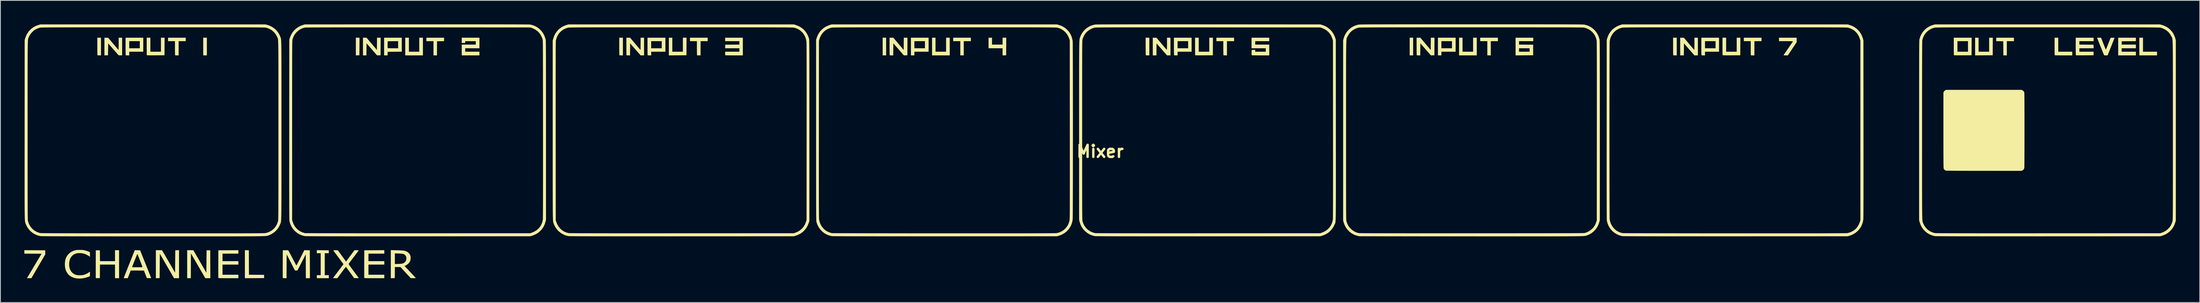
<source format=kicad_pcb>
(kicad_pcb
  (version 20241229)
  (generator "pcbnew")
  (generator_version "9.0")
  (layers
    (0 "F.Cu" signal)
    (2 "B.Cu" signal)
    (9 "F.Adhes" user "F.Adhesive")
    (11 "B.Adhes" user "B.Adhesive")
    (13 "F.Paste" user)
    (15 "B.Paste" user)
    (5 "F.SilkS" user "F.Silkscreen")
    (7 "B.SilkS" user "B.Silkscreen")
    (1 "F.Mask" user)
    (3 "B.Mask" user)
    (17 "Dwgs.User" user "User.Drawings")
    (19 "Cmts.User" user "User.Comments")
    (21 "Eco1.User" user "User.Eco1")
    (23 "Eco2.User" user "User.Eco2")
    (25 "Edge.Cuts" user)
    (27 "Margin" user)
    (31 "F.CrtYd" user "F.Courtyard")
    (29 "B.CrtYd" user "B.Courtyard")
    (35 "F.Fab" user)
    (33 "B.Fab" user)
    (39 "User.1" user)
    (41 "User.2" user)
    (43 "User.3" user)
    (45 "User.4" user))
  (footprint "Mixer"
    (layer "F.Cu")
    (at 134.712 15.944)
    (property "Reference" "Mixer" (at 0 0 0) (layer "F.SilkS") (effects (font (size 1.5 1.5) (thickness 0.3))))
    (attr board_only exclude_from_pos_files exclude_from_bom)
    (fp_poly (pts (xy -111.857 -13.158) (xy -111.857 -12.051) (xy -112.086 -12.051) (xy -112.315 -12.051) (xy -112.315 -13.158) (xy -112.315 -14.265) (xy -112.086 -14.265) (xy -111.857 -14.265)) (stroke (width 0) (type solid)) (fill yes) (layer "F.SilkS"))
    (fp_poly (pts (xy -92.749 -13.164) (xy -92.756 -12.064) (xy -92.979 -12.056) (xy -93.201 -12.049) (xy -93.201 -13.157) (xy -93.201 -14.265) (xy -92.972 -14.265) (xy -92.743 -14.265)) (stroke (width 0) (type solid)) (fill yes) (layer "F.SilkS"))
    (fp_poly (pts (xy -26.8 -13.158) (xy -26.8 -12.051) (xy -27.016 -12.051) (xy -27.232 -12.051) (xy -27.232 -13.158) (xy -27.232 -14.265) (xy -27.016 -14.265) (xy -26.8 -14.265)) (stroke (width 0) (type solid)) (fill yes) (layer "F.SilkS"))
    (fp_poly (pts (xy 39.194 -13.158) (xy 39.194 -12.051) (xy 38.978 -12.051) (xy 38.762 -12.051) (xy 38.762 -13.158) (xy 38.762 -14.265) (xy 38.978 -14.265) (xy 39.194 -14.265)) (stroke (width 0) (type solid)) (fill yes) (layer "F.SilkS"))
    (fp_poly (pts (xy -106.849 12.387) (xy -106.601 12.395) (xy -106.595 13.928) (xy -106.588 15.461) (xy -105.64 15.467) (xy -104.692 15.474) (xy -104.692 15.678) (xy -104.692 15.881) (xy -105.895 15.888) (xy -107.097 15.895) (xy -107.097 14.137) (xy -107.097 12.38)) (stroke (width 0) (type solid)) (fill yes) (layer "F.SilkS"))
    (fp_poly (pts (xy 130.589 -13.387) (xy 130.589 -12.509) (xy 131.467 -12.509) (xy 132.345 -12.509) (xy 132.345 -12.28) (xy 132.345 -12.051) (xy 131.238 -12.051) (xy 130.13 -12.051) (xy 130.13 -13.158) (xy 130.13 -14.265) (xy 130.36 -14.265) (xy 130.589 -14.265)) (stroke (width 0) (type solid)) (fill yes) (layer "F.SilkS"))
    (fp_poly (pts (xy -86.559 -13.387) (xy -86.559 -12.509) (xy -85.91 -12.509) (xy -85.261 -12.509) (xy -85.261 -13.387) (xy -85.261 -14.265) (xy -85.031 -14.265) (xy -84.802 -14.265) (xy -84.802 -13.158) (xy -84.802 -12.051) (xy -85.91 -12.051) (xy -87.017 -12.051) (xy -87.017 -13.158) (xy -87.017 -14.265) (xy -86.788 -14.265) (xy -86.559 -14.265)) (stroke (width 0) (type solid)) (fill yes) (layer "F.SilkS"))
    (fp_poly (pts (xy -82.156 -14.049) (xy -82.156 -13.834) (xy -82.595 -13.827) (xy -83.034 -13.82) (xy -83.04 -12.935) (xy -83.047 -12.051) (xy -83.263 -12.051) (xy -83.479 -12.051) (xy -83.479 -12.942) (xy -83.479 -13.833) (xy -83.924 -13.833) (xy -84.37 -13.833) (xy -84.37 -14.049) (xy -84.37 -14.265) (xy -83.263 -14.265) (xy -82.156 -14.265)) (stroke (width 0) (type solid)) (fill yes) (layer "F.SilkS"))
    (fp_poly (pts (xy -53.574 -13.387) (xy -53.574 -12.509) (xy -52.912 -12.509) (xy -52.251 -12.509) (xy -52.251 -13.387) (xy -52.251 -14.265) (xy -52.021 -14.265) (xy -51.792 -14.265) (xy -51.799 -13.164) (xy -51.805 -12.064) (xy -52.906 -12.057) (xy -54.007 -12.05) (xy -54.007 -13.158) (xy -54.007 -14.265) (xy -53.79 -14.265) (xy -53.574 -14.265)) (stroke (width 0) (type solid)) (fill yes) (layer "F.SilkS"))
    (fp_poly (pts (xy -20.615 -13.387) (xy -20.615 -12.509) (xy -19.954 -12.509) (xy -19.292 -12.509) (xy -19.292 -13.387) (xy -19.292 -14.265) (xy -19.063 -14.265) (xy -18.834 -14.265) (xy -18.834 -13.158) (xy -18.834 -12.051) (xy -19.941 -12.051) (xy -21.048 -12.051) (xy -21.048 -13.158) (xy -21.048 -14.265) (xy -20.832 -14.265) (xy -20.615 -14.265)) (stroke (width 0) (type solid)) (fill yes) (layer "F.SilkS"))
    (fp_poly (pts (xy -16.187 -14.049) (xy -16.187 -13.833) (xy -16.632 -13.833) (xy -17.078 -13.833) (xy -17.078 -12.942) (xy -17.078 -12.051) (xy -17.294 -12.051) (xy -17.51 -12.051) (xy -17.51 -12.942) (xy -17.51 -13.833) (xy -17.956 -13.833) (xy -18.401 -13.833) (xy -18.401 -14.049) (xy -18.401 -14.265) (xy -17.294 -14.265) (xy -16.187 -14.265)) (stroke (width 0) (type solid)) (fill yes) (layer "F.SilkS"))
    (fp_poly (pts (xy 45.379 -13.387) (xy 45.379 -12.509) (xy 46.041 -12.509) (xy 46.702 -12.509) (xy 46.702 -13.387) (xy 46.702 -14.265) (xy 46.931 -14.265) (xy 47.161 -14.265) (xy 47.161 -13.158) (xy 47.161 -12.051) (xy 46.053 -12.051) (xy 44.946 -12.051) (xy 44.946 -13.158) (xy 44.946 -14.265) (xy 45.163 -14.265) (xy 45.379 -14.265)) (stroke (width 0) (type solid)) (fill yes) (layer "F.SilkS"))
    (fp_poly (pts (xy 49.807 -14.049) (xy 49.807 -13.833) (xy 49.362 -13.833) (xy 48.917 -13.833) (xy 48.917 -12.942) (xy 48.917 -12.051) (xy 48.7 -12.051) (xy 48.484 -12.051) (xy 48.484 -12.942) (xy 48.484 -13.833) (xy 48.039 -13.833) (xy 47.593 -13.833) (xy 47.593 -14.049) (xy 47.593 -14.265) (xy 48.7 -14.265) (xy 49.807 -14.265)) (stroke (width 0) (type solid)) (fill yes) (layer "F.SilkS"))
    (fp_poly (pts (xy 109.999 -13.387) (xy 109.999 -12.509) (xy 110.661 -12.509) (xy 111.322 -12.509) (xy 111.322 -13.387) (xy 111.322 -14.265) (xy 111.552 -14.265) (xy 111.781 -14.265) (xy 111.774 -13.164) (xy 111.768 -12.064) (xy 110.667 -12.057) (xy 109.566 -12.05) (xy 109.566 -13.158) (xy 109.566 -14.265) (xy 109.782 -14.265) (xy 109.999 -14.265)) (stroke (width 0) (type solid)) (fill yes) (layer "F.SilkS"))
    (fp_poly (pts (xy 114.427 -14.049) (xy 114.427 -13.833) (xy 113.982 -13.833) (xy 113.536 -13.833) (xy 113.536 -12.942) (xy 113.536 -12.051) (xy 113.32 -12.051) (xy 113.104 -12.051) (xy 113.098 -12.935) (xy 113.091 -13.82) (xy 112.652 -13.827) (xy 112.213 -13.834) (xy 112.213 -14.049) (xy 112.213 -14.265) (xy 113.32 -14.265) (xy 114.427 -14.265)) (stroke (width 0) (type solid)) (fill yes) (layer "F.SilkS"))
    (fp_poly (pts (xy -125.117 -13.158) (xy -125.117 -12.051) (xy -125.329 -12.051) (xy -125.428 -12.053) (xy -125.507 -12.058) (xy -125.552 -12.065) (xy -125.558 -12.068) (xy -125.561 -12.096) (xy -125.565 -12.17) (xy -125.568 -12.284) (xy -125.57 -12.433) (xy -125.572 -12.612) (xy -125.574 -12.815) (xy -125.575 -13.037) (xy -125.575 -13.175) (xy -125.575 -14.265) (xy -125.346 -14.265) (xy -125.117 -14.265)) (stroke (width 0) (type solid)) (fill yes) (layer "F.SilkS"))
    (fp_poly (pts (xy -59.759 -13.158) (xy -59.759 -12.051) (xy -59.971 -12.051) (xy -60.07 -12.053) (xy -60.149 -12.058) (xy -60.195 -12.065) (xy -60.2 -12.068) (xy -60.203 -12.096) (xy -60.207 -12.17) (xy -60.21 -12.284) (xy -60.212 -12.433) (xy -60.214 -12.612) (xy -60.216 -12.815) (xy -60.217 -13.037) (xy -60.217 -13.175) (xy -60.217 -14.265) (xy -59.988 -14.265) (xy -59.759 -14.265)) (stroke (width 0) (type solid)) (fill yes) (layer "F.SilkS"))
    (fp_poly (pts (xy 6.159 -13.158) (xy 6.159 -12.051) (xy 5.947 -12.051) (xy 5.848 -12.053) (xy 5.769 -12.058) (xy 5.723 -12.065) (xy 5.718 -12.068) (xy 5.714 -12.096) (xy 5.711 -12.17) (xy 5.708 -12.284) (xy 5.705 -12.433) (xy 5.703 -12.612) (xy 5.702 -12.815) (xy 5.701 -13.037) (xy 5.701 -13.175) (xy 5.701 -14.265) (xy 5.93 -14.265) (xy 6.159 -14.265)) (stroke (width 0) (type solid)) (fill yes) (layer "F.SilkS"))
    (fp_poly (pts (xy 72.204 -13.158) (xy 72.204 -12.051) (xy 71.992 -12.051) (xy 71.893 -12.053) (xy 71.814 -12.058) (xy 71.768 -12.065) (xy 71.763 -12.068) (xy 71.759 -12.096) (xy 71.756 -12.17) (xy 71.753 -12.284) (xy 71.751 -12.433) (xy 71.749 -12.612) (xy 71.747 -12.815) (xy 71.746 -13.037) (xy 71.746 -13.175) (xy 71.746 -14.265) (xy 71.975 -14.265) (xy 72.204 -14.265)) (stroke (width 0) (type solid)) (fill yes) (layer "F.SilkS"))
    (fp_poly (pts (xy -91.216 -13.497) (xy -90.567 -12.729) (xy -90.56 -13.497) (xy -90.554 -14.265) (xy -90.325 -14.265) (xy -90.096 -14.265) (xy -90.102 -13.164) (xy -90.109 -12.064) (xy -90.327 -12.056) (xy -90.544 -12.049) (xy -91.205 -12.807) (xy -91.865 -13.565) (xy -91.872 -12.808) (xy -91.879 -12.051) (xy -92.094 -12.051) (xy -92.31 -12.051) (xy -92.31 -13.158) (xy -92.31 -14.265) (xy -92.087 -14.265) (xy -91.864 -14.265)) (stroke (width 0) (type solid)) (fill yes) (layer "F.SilkS"))
    (fp_poly (pts (xy -13.54 -13.833) (xy -13.54 -13.4) (xy -12.878 -13.4) (xy -12.216 -13.4) (xy -12.216 -13.833) (xy -12.216 -14.265) (xy -11.987 -14.265) (xy -11.758 -14.265) (xy -11.764 -13.164) (xy -11.771 -12.064) (xy -11.994 -12.056) (xy -12.216 -12.049) (xy -12.216 -12.495) (xy -12.216 -12.942) (xy -13.094 -12.942) (xy -13.973 -12.942) (xy -13.973 -13.604) (xy -13.973 -14.265) (xy -13.756 -14.265) (xy -13.54 -14.265)) (stroke (width 0) (type solid)) (fill yes) (layer "F.SilkS"))
    (fp_poly (pts (xy -21.481 -13.387) (xy -21.481 -12.509) (xy -22.371 -12.509) (xy -23.262 -12.509) (xy -23.262 -12.28) (xy -23.262 -12.051) (xy -23.478 -12.051) (xy -23.695 -12.051) (xy -23.695 -13.158) (xy -23.695 -13.387) (xy -23.262 -13.387) (xy -23.262 -12.942) (xy -22.6 -12.942) (xy -21.939 -12.942) (xy -21.939 -13.387) (xy -21.939 -13.833) (xy -22.6 -13.833) (xy -23.262 -13.833) (xy -23.262 -13.387) (xy -23.695 -13.387) (xy -23.695 -14.265) (xy -22.588 -14.265) (xy -21.481 -14.265)) (stroke (width 0) (type solid)) (fill yes) (layer "F.SilkS"))
    (fp_poly (pts (xy 44.514 -13.387) (xy 44.514 -12.509) (xy 43.623 -12.509) (xy 42.732 -12.509) (xy 42.732 -12.28) (xy 42.732 -12.051) (xy 42.516 -12.051) (xy 42.299 -12.051) (xy 42.299 -13.158) (xy 42.299 -13.387) (xy 42.732 -13.387) (xy 42.732 -12.942) (xy 43.394 -12.942) (xy 44.056 -12.942) (xy 44.056 -13.387) (xy 44.056 -13.833) (xy 43.394 -13.833) (xy 42.732 -13.833) (xy 42.732 -13.387) (xy 42.299 -13.387) (xy 42.299 -14.265) (xy 43.407 -14.265) (xy 44.514 -14.265)) (stroke (width 0) (type solid)) (fill yes) (layer "F.SilkS"))
    (fp_poly (pts (xy -133.407 12.388) (xy -132.103 12.395) (xy -132.096 12.646) (xy -132.088 12.897) (xy -132.96 14.395) (xy -133.833 15.894) (xy -134.107 15.894) (xy -134.382 15.894) (xy -134.344 15.824) (xy -134.325 15.791) (xy -134.282 15.717) (xy -134.217 15.608) (xy -134.133 15.466) (xy -134.032 15.296) (xy -133.916 15.101) (xy -133.788 14.886) (xy -133.649 14.653) (xy -133.503 14.407) (xy -133.433 14.291) (xy -132.56 12.827) (xy -133.636 12.821) (xy -134.712 12.814) (xy -134.712 12.598) (xy -134.712 12.381)) (stroke (width 0) (type solid)) (fill yes) (layer "F.SilkS"))
    (fp_poly (pts (xy -97.343 12.388) (xy -96.599 12.395) (xy -96.591 12.579) (xy -96.584 12.764) (xy -96.84 12.764) (xy -97.095 12.764) (xy -97.095 14.138) (xy -97.095 15.512) (xy -96.841 15.512) (xy -96.586 15.512) (xy -96.586 15.703) (xy -96.586 15.894) (xy -97.337 15.894) (xy -98.088 15.894) (xy -98.088 15.703) (xy -98.088 15.512) (xy -97.846 15.512) (xy -97.604 15.512) (xy -97.604 14.138) (xy -97.604 12.764) (xy -97.846 12.764) (xy -98.088 12.764) (xy -98.088 12.572) (xy -98.088 12.381)) (stroke (width 0) (type solid)) (fill yes) (layer "F.SilkS"))
    (fp_poly (pts (xy 129.698 -14.049) (xy 129.698 -13.833) (xy 128.813 -13.827) (xy 127.929 -13.82) (xy 127.922 -13.61) (xy 127.914 -13.4) (xy 128.806 -13.4) (xy 129.698 -13.4) (xy 129.698 -13.171) (xy 129.698 -12.942) (xy 128.807 -12.942) (xy 127.916 -12.942) (xy 127.916 -12.725) (xy 127.916 -12.509) (xy 128.807 -12.509) (xy 129.698 -12.509) (xy 129.698 -12.28) (xy 129.698 -12.051) (xy 128.591 -12.051) (xy 127.484 -12.051) (xy 127.484 -13.158) (xy 127.484 -14.265) (xy 128.591 -14.265) (xy 129.698 -14.265)) (stroke (width 0) (type solid)) (fill yes) (layer "F.SilkS"))
    (fp_poly (pts (xy -114.504 -14.049) (xy -114.504 -13.833) (xy -114.949 -13.833) (xy -115.394 -13.833) (xy -115.394 -12.942) (xy -115.394 -12.051) (xy -115.606 -12.051) (xy -115.706 -12.053) (xy -115.785 -12.058) (xy -115.83 -12.065) (xy -115.836 -12.068) (xy -115.84 -12.097) (xy -115.843 -12.17) (xy -115.846 -12.283) (xy -115.849 -12.428) (xy -115.851 -12.601) (xy -115.852 -12.794) (xy -115.853 -12.959) (xy -115.853 -13.833) (xy -116.285 -13.833) (xy -116.718 -13.833) (xy -116.718 -14.049) (xy -116.718 -14.265) (xy -115.611 -14.265) (xy -114.504 -14.265)) (stroke (width 0) (type solid)) (fill yes) (layer "F.SilkS"))
    (fp_poly (pts (xy -49.146 -14.049) (xy -49.146 -13.833) (xy -49.591 -13.833) (xy -50.036 -13.833) (xy -50.036 -12.942) (xy -50.036 -12.051) (xy -50.249 -12.051) (xy -50.348 -12.053) (xy -50.427 -12.058) (xy -50.472 -12.065) (xy -50.478 -12.068) (xy -50.482 -12.097) (xy -50.485 -12.17) (xy -50.488 -12.283) (xy -50.491 -12.428) (xy -50.493 -12.601) (xy -50.494 -12.794) (xy -50.495 -12.959) (xy -50.495 -13.833) (xy -50.927 -13.833) (xy -51.36 -13.833) (xy -51.36 -14.049) (xy -51.36 -14.265) (xy -50.253 -14.265) (xy -49.146 -14.265)) (stroke (width 0) (type solid)) (fill yes) (layer "F.SilkS"))
    (fp_poly (pts (xy 16.772 -14.049) (xy 16.772 -13.833) (xy 16.327 -13.833) (xy 15.881 -13.833) (xy 15.881 -12.942) (xy 15.881 -12.051) (xy 15.669 -12.051) (xy 15.57 -12.053) (xy 15.491 -12.058) (xy 15.446 -12.065) (xy 15.44 -12.068) (xy 15.436 -12.097) (xy 15.433 -12.17) (xy 15.429 -12.283) (xy 15.427 -12.428) (xy 15.425 -12.601) (xy 15.424 -12.794) (xy 15.423 -12.959) (xy 15.423 -13.833) (xy 14.991 -13.833) (xy 14.558 -13.833) (xy 14.558 -14.049) (xy 14.558 -14.265) (xy 15.665 -14.265) (xy 16.772 -14.265)) (stroke (width 0) (type solid)) (fill yes) (layer "F.SilkS"))
    (fp_poly (pts (xy 82.817 -14.049) (xy 82.817 -13.833) (xy 82.372 -13.833) (xy 81.926 -13.833) (xy 81.926 -12.942) (xy 81.926 -12.051) (xy 81.714 -12.051) (xy 81.615 -12.053) (xy 81.536 -12.058) (xy 81.491 -12.065) (xy 81.485 -12.068) (xy 81.481 -12.097) (xy 81.478 -12.17) (xy 81.474 -12.283) (xy 81.472 -12.428) (xy 81.47 -12.601) (xy 81.469 -12.794) (xy 81.468 -12.959) (xy 81.468 -13.833) (xy 81.036 -13.833) (xy 80.603 -13.833) (xy 80.603 -14.049) (xy 80.603 -14.265) (xy 81.71 -14.265) (xy 82.817 -14.265)) (stroke (width 0) (type solid)) (fill yes) (layer "F.SilkS"))
    (fp_poly (pts (xy 119.976 -13.387) (xy 119.976 -12.509) (xy 120.854 -12.509) (xy 121.732 -12.509) (xy 121.732 -12.28) (xy 121.732 -12.051) (xy 120.642 -12.051) (xy 120.411 -12.051) (xy 120.196 -12.052) (xy 120.002 -12.054) (xy 119.835 -12.056) (xy 119.699 -12.059) (xy 119.601 -12.062) (xy 119.545 -12.066) (xy 119.534 -12.068) (xy 119.531 -12.096) (xy 119.527 -12.17) (xy 119.524 -12.284) (xy 119.522 -12.433) (xy 119.52 -12.612) (xy 119.518 -12.815) (xy 119.518 -13.037) (xy 119.517 -13.175) (xy 119.517 -14.265) (xy 119.746 -14.265) (xy 119.976 -14.265)) (stroke (width 0) (type solid)) (fill yes) (layer "F.SilkS"))
    (fp_poly (pts (xy 54.236 -14.049) (xy 54.236 -13.833) (xy 53.345 -13.833) (xy 52.454 -13.833) (xy 52.454 -13.617) (xy 52.454 -13.401) (xy 53.339 -13.394) (xy 54.223 -13.387) (xy 54.223 -12.725) (xy 54.223 -12.064) (xy 53.122 -12.057) (xy 52.022 -12.05) (xy 52.022 -12.725) (xy 52.454 -12.725) (xy 52.454 -12.509) (xy 53.116 -12.509) (xy 53.778 -12.509) (xy 53.778 -12.725) (xy 53.778 -12.942) (xy 53.116 -12.942) (xy 52.454 -12.942) (xy 52.454 -12.725) (xy 52.022 -12.725) (xy 52.022 -13.158) (xy 52.022 -14.265) (xy 53.129 -14.265) (xy 54.236 -14.265)) (stroke (width 0) (type solid)) (fill yes) (layer "F.SilkS"))
    (fp_poly (pts (xy -77.727 -13.604) (xy -77.727 -12.942) (xy -78.618 -12.942) (xy -79.509 -12.942) (xy -79.509 -12.725) (xy -79.509 -12.509) (xy -78.618 -12.509) (xy -77.727 -12.509) (xy -77.727 -12.28) (xy -77.727 -12.051) (xy -78.834 -12.051) (xy -79.941 -12.051) (xy -79.941 -12.725) (xy -79.941 -13.4) (xy -79.063 -13.4) (xy -78.185 -13.4) (xy -78.185 -13.616) (xy -78.185 -13.833) (xy -78.847 -13.833) (xy -79.509 -13.833) (xy -79.509 -13.718) (xy -79.509 -13.604) (xy -79.725 -13.604) (xy -79.941 -13.604) (xy -79.941 -13.934) (xy -79.941 -14.265) (xy -78.834 -14.265) (xy -77.727 -14.265)) (stroke (width 0) (type solid)) (fill yes) (layer "F.SilkS"))
    (fp_poly (pts (xy -115.343 14.137) (xy -115.343 15.894) (xy -115.656 15.894) (xy -115.969 15.894) (xy -116.859 14.359) (xy -117.749 12.823) (xy -117.761 14.352) (xy -117.774 15.881) (xy -118.009 15.889) (xy -118.245 15.896) (xy -118.245 14.139) (xy -118.245 12.382) (xy -117.863 12.382) (xy -117.48 12.382) (xy -117.411 12.492) (xy -117.386 12.534) (xy -117.337 12.616) (xy -117.269 12.734) (xy -117.182 12.882) (xy -117.08 13.057) (xy -116.965 13.255) (xy -116.84 13.472) (xy -116.706 13.702) (xy -116.591 13.902) (xy -115.84 15.201) (xy -115.827 13.798) (xy -115.814 12.395) (xy -115.579 12.387) (xy -115.343 12.38)) (stroke (width 0) (type solid)) (fill yes) (layer "F.SilkS"))
    (fp_poly (pts (xy -118.932 -13.387) (xy -118.932 -12.509) (xy -118.27 -12.509) (xy -117.609 -12.509) (xy -117.609 -13.387) (xy -117.609 -14.265) (xy -117.379 -14.265) (xy -117.15 -14.265) (xy -117.157 -13.164) (xy -117.163 -12.064) (xy -118.259 -12.057) (xy -118.491 -12.056) (xy -118.707 -12.056) (xy -118.901 -12.056) (xy -119.069 -12.058) (xy -119.205 -12.06) (xy -119.304 -12.062) (xy -119.361 -12.066) (xy -119.373 -12.068) (xy -119.377 -12.096) (xy -119.38 -12.17) (xy -119.383 -12.284) (xy -119.386 -12.433) (xy -119.388 -12.612) (xy -119.389 -12.815) (xy -119.39 -13.037) (xy -119.39 -13.175) (xy -119.39 -14.265) (xy -119.161 -14.265) (xy -118.932 -14.265)) (stroke (width 0) (type solid)) (fill yes) (layer "F.SilkS"))
    (fp_poly (pts (xy -113.517 12.452) (xy -113.496 12.486) (xy -113.452 12.56) (xy -113.387 12.671) (xy -113.304 12.813) (xy -113.205 12.983) (xy -113.092 13.177) (xy -112.968 13.391) (xy -112.835 13.62) (xy -112.696 13.861) (xy -112.695 13.864) (xy -111.92 15.205) (xy -111.908 13.8) (xy -111.895 12.395) (xy -111.666 12.395) (xy -111.437 12.395) (xy -111.43 14.144) (xy -111.424 15.894) (xy -111.738 15.894) (xy -112.053 15.894) (xy -112.954 14.338) (xy -113.855 12.782) (xy -113.861 14.338) (xy -113.868 15.894) (xy -114.097 15.894) (xy -114.325 15.894) (xy -114.325 14.138) (xy -114.325 12.382) (xy -113.945 12.382) (xy -113.565 12.382)) (stroke (width 0) (type solid)) (fill yes) (layer "F.SilkS"))
    (fp_poly (pts (xy -24.134 -13.164) (xy -24.14 -12.064) (xy -24.359 -12.056) (xy -24.578 -12.049) (xy -25.237 -12.805) (xy -25.896 -13.562) (xy -25.903 -12.806) (xy -25.91 -12.051) (xy -26.121 -12.051) (xy -26.221 -12.053) (xy -26.3 -12.058) (xy -26.345 -12.065) (xy -26.35 -12.068) (xy -26.354 -12.096) (xy -26.357 -12.17) (xy -26.36 -12.284) (xy -26.363 -12.433) (xy -26.365 -12.612) (xy -26.366 -12.815) (xy -26.367 -13.037) (xy -26.367 -13.175) (xy -26.367 -14.265) (xy -26.132 -14.265) (xy -25.896 -14.264) (xy -25.247 -13.495) (xy -24.598 -12.726) (xy -24.592 -13.496) (xy -24.585 -14.265) (xy -24.356 -14.265) (xy -24.127 -14.265)) (stroke (width 0) (type solid)) (fill yes) (layer "F.SilkS"))
    (fp_poly (pts (xy 12.344 -13.387) (xy 12.344 -12.509) (xy 13.005 -12.509) (xy 13.667 -12.509) (xy 13.667 -13.387) (xy 13.667 -14.265) (xy 13.896 -14.265) (xy 14.126 -14.265) (xy 14.119 -13.164) (xy 14.113 -12.064) (xy 13.016 -12.057) (xy 12.785 -12.056) (xy 12.569 -12.056) (xy 12.375 -12.056) (xy 12.207 -12.058) (xy 12.07 -12.06) (xy 11.971 -12.062) (xy 11.914 -12.066) (xy 11.903 -12.068) (xy 11.899 -12.096) (xy 11.896 -12.17) (xy 11.893 -12.284) (xy 11.89 -12.433) (xy 11.888 -12.612) (xy 11.887 -12.815) (xy 11.886 -13.037) (xy 11.886 -13.175) (xy 11.886 -14.265) (xy 12.115 -14.265) (xy 12.344 -14.265)) (stroke (width 0) (type solid)) (fill yes) (layer "F.SilkS"))
    (fp_poly (pts (xy 41.861 -13.164) (xy 41.854 -12.064) (xy 41.635 -12.056) (xy 41.416 -12.049) (xy 40.757 -12.805) (xy 40.098 -13.562) (xy 40.091 -12.806) (xy 40.084 -12.051) (xy 39.873 -12.051) (xy 39.773 -12.053) (xy 39.695 -12.058) (xy 39.649 -12.065) (xy 39.644 -12.068) (xy 39.64 -12.096) (xy 39.637 -12.17) (xy 39.634 -12.284) (xy 39.632 -12.433) (xy 39.629 -12.612) (xy 39.628 -12.815) (xy 39.627 -13.037) (xy 39.627 -13.175) (xy 39.627 -14.265) (xy 39.862 -14.265) (xy 40.098 -14.264) (xy 40.747 -13.495) (xy 41.396 -12.726) (xy 41.403 -13.496) (xy 41.409 -14.265) (xy 41.638 -14.265) (xy 41.867 -14.265)) (stroke (width 0) (type solid)) (fill yes) (layer "F.SilkS"))
    (fp_poly (pts (xy 78.389 -13.387) (xy 78.389 -12.509) (xy 79.051 -12.509) (xy 79.712 -12.509) (xy 79.712 -13.387) (xy 79.712 -14.265) (xy 79.942 -14.265) (xy 80.171 -14.265) (xy 80.164 -13.164) (xy 80.158 -12.064) (xy 79.061 -12.057) (xy 78.83 -12.056) (xy 78.614 -12.056) (xy 78.42 -12.056) (xy 78.252 -12.058) (xy 78.116 -12.06) (xy 78.016 -12.062) (xy 77.96 -12.066) (xy 77.948 -12.068) (xy 77.944 -12.096) (xy 77.941 -12.17) (xy 77.938 -12.284) (xy 77.935 -12.433) (xy 77.933 -12.612) (xy 77.932 -12.815) (xy 77.931 -13.037) (xy 77.931 -13.175) (xy 77.931 -14.265) (xy 78.16 -14.265) (xy 78.389 -14.265)) (stroke (width 0) (type solid)) (fill yes) (layer "F.SilkS"))
    (fp_poly (pts (xy -124.45 -14.26) (xy -124.215 -14.253) (xy -123.581 -13.502) (xy -123.439 -13.335) (xy -123.308 -13.18) (xy -123.19 -13.042) (xy -123.089 -12.925) (xy -123.009 -12.834) (xy -122.953 -12.772) (xy -122.926 -12.744) (xy -122.925 -12.742) (xy -122.919 -12.765) (xy -122.914 -12.832) (xy -122.91 -12.938) (xy -122.906 -13.077) (xy -122.904 -13.242) (xy -122.902 -13.429) (xy -122.902 -13.5) (xy -122.902 -14.265) (xy -122.686 -14.265) (xy -122.47 -14.265) (xy -122.47 -13.157) (xy -122.47 -12.049) (xy -122.692 -12.056) (xy -122.914 -12.064) (xy -123.564 -12.807) (xy -124.213 -13.55) (xy -124.226 -12.807) (xy -124.239 -12.064) (xy -124.461 -12.056) (xy -124.684 -12.049) (xy -124.684 -13.158) (xy -124.684 -14.267)) (stroke (width 0) (type solid)) (fill yes) (layer "F.SilkS"))
    (fp_poly (pts (xy -119.823 -13.387) (xy -119.823 -12.509) (xy -120.701 -12.509) (xy -121.579 -12.509) (xy -121.579 -12.28) (xy -121.579 -12.051) (xy -121.791 -12.051) (xy -121.89 -12.053) (xy -121.969 -12.058) (xy -122.015 -12.065) (xy -122.02 -12.068) (xy -122.024 -12.096) (xy -122.027 -12.17) (xy -122.03 -12.284) (xy -122.033 -12.433) (xy -122.035 -12.612) (xy -122.036 -12.815) (xy -122.037 -13.037) (xy -122.037 -13.175) (xy -122.037 -13.387) (xy -121.579 -13.387) (xy -121.579 -12.942) (xy -120.917 -12.942) (xy -120.256 -12.942) (xy -120.256 -13.387) (xy -120.256 -13.833) (xy -120.917 -13.833) (xy -121.579 -13.833) (xy -121.579 -13.387) (xy -122.037 -13.387) (xy -122.037 -14.265) (xy -120.93 -14.265) (xy -119.823 -14.265)) (stroke (width 0) (type solid)) (fill yes) (layer "F.SilkS"))
    (fp_poly (pts (xy -87.449 -13.388) (xy -87.449 -12.51) (xy -88.334 -12.503) (xy -89.218 -12.496) (xy -89.225 -12.274) (xy -89.233 -12.051) (xy -89.448 -12.051) (xy -89.664 -12.051) (xy -89.664 -13.158) (xy -89.664 -13.273) (xy -89.227 -13.273) (xy -89.227 -13.15) (xy -89.225 -13.052) (xy -89.222 -12.991) (xy -89.22 -12.975) (xy -89.205 -12.964) (xy -89.166 -12.956) (xy -89.098 -12.95) (xy -88.997 -12.946) (xy -88.857 -12.943) (xy -88.674 -12.942) (xy -88.557 -12.942) (xy -87.907 -12.942) (xy -87.907 -13.388) (xy -87.907 -13.833) (xy -88.563 -13.827) (xy -89.218 -13.82) (xy -89.225 -13.414) (xy -89.227 -13.273) (xy -89.664 -13.273) (xy -89.664 -14.265) (xy -88.556 -14.265) (xy -87.449 -14.265)) (stroke (width 0) (type solid)) (fill yes) (layer "F.SilkS"))
    (fp_poly (pts (xy -54.439 -13.387) (xy -54.439 -12.509) (xy -55.33 -12.509) (xy -56.221 -12.509) (xy -56.221 -12.28) (xy -56.221 -12.051) (xy -56.433 -12.051) (xy -56.533 -12.053) (xy -56.611 -12.058) (xy -56.657 -12.065) (xy -56.662 -12.068) (xy -56.666 -12.096) (xy -56.669 -12.17) (xy -56.672 -12.284) (xy -56.675 -12.433) (xy -56.677 -12.612) (xy -56.678 -12.815) (xy -56.679 -13.037) (xy -56.679 -13.175) (xy -56.679 -13.387) (xy -56.221 -13.387) (xy -56.221 -12.942) (xy -55.559 -12.942) (xy -54.898 -12.942) (xy -54.898 -13.387) (xy -54.898 -13.833) (xy -55.559 -13.833) (xy -56.221 -13.833) (xy -56.221 -13.387) (xy -56.679 -13.387) (xy -56.679 -14.265) (xy -55.559 -14.265) (xy -54.439 -14.265)) (stroke (width 0) (type solid)) (fill yes) (layer "F.SilkS"))
    (fp_poly (pts (xy 6.826 -14.26) (xy 7.061 -14.253) (xy 7.698 -13.497) (xy 7.84 -13.329) (xy 7.971 -13.175) (xy 8.089 -13.037) (xy 8.19 -12.921) (xy 8.27 -12.83) (xy 8.325 -12.768) (xy 8.352 -12.741) (xy 8.354 -12.74) (xy 8.359 -12.764) (xy 8.363 -12.832) (xy 8.367 -12.94) (xy 8.37 -13.079) (xy 8.372 -13.245) (xy 8.373 -13.43) (xy 8.373 -13.502) (xy 8.373 -14.265) (xy 8.59 -14.265) (xy 8.806 -14.265) (xy 8.806 -13.158) (xy 8.806 -12.051) (xy 8.589 -12.051) (xy 8.373 -12.051) (xy 7.718 -12.802) (xy 7.063 -13.553) (xy 7.056 -12.802) (xy 7.049 -12.051) (xy 6.82 -12.051) (xy 6.592 -12.051) (xy 6.592 -13.159) (xy 6.592 -14.267)) (stroke (width 0) (type solid)) (fill yes) (layer "F.SilkS"))
    (fp_poly (pts (xy 11.453 -13.387) (xy 11.453 -12.509) (xy 10.575 -12.509) (xy 9.697 -12.509) (xy 9.697 -12.28) (xy 9.697 -12.051) (xy 9.485 -12.051) (xy 9.385 -12.053) (xy 9.306 -12.058) (xy 9.261 -12.065) (xy 9.256 -12.068) (xy 9.252 -12.096) (xy 9.249 -12.17) (xy 9.246 -12.284) (xy 9.243 -12.433) (xy 9.241 -12.612) (xy 9.24 -12.815) (xy 9.239 -13.037) (xy 9.239 -13.175) (xy 9.239 -13.387) (xy 9.697 -13.387) (xy 9.697 -12.942) (xy 10.359 -12.942) (xy 11.02 -12.942) (xy 11.02 -13.387) (xy 11.02 -13.833) (xy 10.359 -13.833) (xy 9.697 -13.833) (xy 9.697 -13.387) (xy 9.239 -13.387) (xy 9.239 -14.265) (xy 10.346 -14.265) (xy 11.453 -14.265)) (stroke (width 0) (type solid)) (fill yes) (layer "F.SilkS"))
    (fp_poly (pts (xy 72.871 -14.26) (xy 73.106 -14.253) (xy 73.743 -13.497) (xy 73.885 -13.329) (xy 74.016 -13.175) (xy 74.134 -13.037) (xy 74.235 -12.921) (xy 74.315 -12.83) (xy 74.37 -12.768) (xy 74.397 -12.741) (xy 74.399 -12.74) (xy 74.404 -12.764) (xy 74.408 -12.832) (xy 74.412 -12.94) (xy 74.415 -13.079) (xy 74.417 -13.245) (xy 74.418 -13.43) (xy 74.418 -13.502) (xy 74.418 -14.265) (xy 74.635 -14.265) (xy 74.851 -14.265) (xy 74.851 -13.158) (xy 74.851 -12.051) (xy 74.635 -12.051) (xy 74.418 -12.051) (xy 73.763 -12.802) (xy 73.108 -13.553) (xy 73.101 -12.802) (xy 73.094 -12.051) (xy 72.866 -12.051) (xy 72.637 -12.051) (xy 72.637 -13.159) (xy 72.637 -14.267)) (stroke (width 0) (type solid)) (fill yes) (layer "F.SilkS"))
    (fp_poly (pts (xy 77.498 -13.387) (xy 77.498 -12.509) (xy 76.62 -12.509) (xy 75.742 -12.509) (xy 75.742 -12.28) (xy 75.742 -12.051) (xy 75.53 -12.051) (xy 75.43 -12.053) (xy 75.351 -12.058) (xy 75.306 -12.065) (xy 75.301 -12.068) (xy 75.297 -12.096) (xy 75.294 -12.17) (xy 75.291 -12.284) (xy 75.288 -12.433) (xy 75.286 -12.612) (xy 75.285 -12.815) (xy 75.284 -13.037) (xy 75.284 -13.175) (xy 75.284 -13.387) (xy 75.742 -13.387) (xy 75.742 -12.942) (xy 76.404 -12.942) (xy 77.065 -12.942) (xy 77.065 -13.387) (xy 77.065 -13.833) (xy 76.404 -13.833) (xy 75.742 -13.833) (xy 75.742 -13.387) (xy 75.284 -13.387) (xy 75.284 -14.265) (xy 76.391 -14.265) (xy 77.498 -14.265)) (stroke (width 0) (type solid)) (fill yes) (layer "F.SilkS"))
    (fp_poly (pts (xy 109.127 -13.164) (xy 109.121 -12.064) (xy 108.024 -12.057) (xy 107.793 -12.056) (xy 107.577 -12.056) (xy 107.383 -12.056) (xy 107.215 -12.058) (xy 107.079 -12.06) (xy 106.98 -12.062) (xy 106.923 -12.066) (xy 106.911 -12.068) (xy 106.907 -12.096) (xy 106.904 -12.17) (xy 106.901 -12.284) (xy 106.898 -12.433) (xy 106.896 -12.612) (xy 106.895 -12.815) (xy 106.894 -13.037) (xy 106.894 -13.171) (xy 107.352 -13.171) (xy 107.352 -12.509) (xy 108.014 -12.509) (xy 108.675 -12.509) (xy 108.675 -13.171) (xy 108.675 -13.833) (xy 108.014 -13.833) (xy 107.352 -13.833) (xy 107.352 -13.171) (xy 106.894 -13.171) (xy 106.894 -13.175) (xy 106.894 -14.265) (xy 108.014 -14.265) (xy 109.134 -14.265)) (stroke (width 0) (type solid)) (fill yes) (layer "F.SilkS"))
    (fp_poly (pts (xy -44.743 -13.158) (xy -44.743 -12.051) (xy -45.833 -12.051) (xy -46.064 -12.051) (xy -46.279 -12.052) (xy -46.472 -12.054) (xy -46.64 -12.056) (xy -46.775 -12.059) (xy -46.873 -12.062) (xy -46.929 -12.066) (xy -46.94 -12.068) (xy -46.948 -12.1) (xy -46.954 -12.169) (xy -46.957 -12.263) (xy -46.957 -12.297) (xy -46.957 -12.509) (xy -46.066 -12.509) (xy -45.175 -12.509) (xy -45.175 -12.725) (xy -45.175 -12.942) (xy -46.067 -12.942) (xy -46.959 -12.942) (xy -46.952 -13.164) (xy -46.944 -13.387) (xy -46.06 -13.394) (xy -45.175 -13.401) (xy -45.175 -13.617) (xy -45.175 -13.833) (xy -46.066 -13.833) (xy -46.957 -13.833) (xy -46.957 -14.049) (xy -46.957 -14.265) (xy -45.85 -14.265) (xy -44.743 -14.265)) (stroke (width 0) (type solid)) (fill yes) (layer "F.SilkS"))
    (fp_poly (pts (xy -122.852 14.138) (xy -122.852 15.894) (xy -123.106 15.894) (xy -123.361 15.894) (xy -123.361 15.041) (xy -123.361 14.189) (xy -124.302 14.189) (xy -125.243 14.189) (xy -125.25 15.035) (xy -125.257 15.881) (xy -125.505 15.889) (xy -125.63 15.89) (xy -125.71 15.886) (xy -125.754 15.875) (xy -125.766 15.863) (xy -125.768 15.833) (xy -125.77 15.756) (xy -125.771 15.636) (xy -125.773 15.479) (xy -125.773 15.287) (xy -125.774 15.066) (xy -125.774 14.82) (xy -125.773 14.552) (xy -125.773 14.267) (xy -125.772 14.113) (xy -125.766 12.395) (xy -125.511 12.395) (xy -125.257 12.395) (xy -125.25 13.075) (xy -125.243 13.756) (xy -124.302 13.756) (xy -123.361 13.756) (xy -123.361 13.069) (xy -123.361 12.382) (xy -123.106 12.382) (xy -122.852 12.382)) (stroke (width 0) (type solid)) (fill yes) (layer "F.SilkS"))
    (fp_poly (pts (xy 87.22 -13.985) (xy 87.22 -13.705) (xy 86.669 -12.878) (xy 86.118 -12.051) (xy 85.84 -12.051) (xy 85.715 -12.052) (xy 85.634 -12.057) (xy 85.591 -12.065) (xy 85.58 -12.078) (xy 85.582 -12.083) (xy 85.601 -12.11) (xy 85.645 -12.175) (xy 85.711 -12.272) (xy 85.797 -12.397) (xy 85.899 -12.546) (xy 86.013 -12.713) (xy 86.138 -12.894) (xy 86.182 -12.958) (xy 86.308 -13.143) (xy 86.425 -13.314) (xy 86.529 -13.467) (xy 86.618 -13.598) (xy 86.688 -13.703) (xy 86.737 -13.776) (xy 86.76 -13.813) (xy 86.762 -13.817) (xy 86.738 -13.821) (xy 86.668 -13.824) (xy 86.559 -13.827) (xy 86.417 -13.829) (xy 86.247 -13.831) (xy 86.055 -13.832) (xy 85.884 -13.833) (xy 85.006 -13.833) (xy 85.006 -14.049) (xy 85.006 -14.265) (xy 86.113 -14.265) (xy 87.22 -14.265)) (stroke (width 0) (type solid)) (fill yes) (layer "F.SilkS"))
    (fp_poly (pts (xy 124.404 -14.049) (xy 124.404 -13.833) (xy 123.513 -13.833) (xy 122.622 -13.833) (xy 122.622 -13.617) (xy 122.622 -13.401) (xy 123.507 -13.394) (xy 124.391 -13.387) (xy 124.399 -13.164) (xy 124.406 -12.942) (xy 123.514 -12.942) (xy 122.622 -12.942) (xy 122.622 -12.725) (xy 122.622 -12.509) (xy 123.514 -12.509) (xy 124.406 -12.509) (xy 124.399 -12.286) (xy 124.391 -12.064) (xy 123.295 -12.057) (xy 123.064 -12.056) (xy 122.848 -12.056) (xy 122.654 -12.056) (xy 122.486 -12.058) (xy 122.349 -12.06) (xy 122.25 -12.062) (xy 122.193 -12.066) (xy 122.182 -12.068) (xy 122.178 -12.096) (xy 122.175 -12.17) (xy 122.172 -12.284) (xy 122.169 -12.433) (xy 122.167 -12.612) (xy 122.165 -12.815) (xy 122.164 -13.037) (xy 122.164 -13.175) (xy 122.164 -14.265) (xy 123.284 -14.265) (xy 124.404 -14.265)) (stroke (width 0) (type solid)) (fill yes) (layer "F.SilkS"))
    (fp_poly (pts (xy 21.175 -14.049) (xy 21.175 -13.833) (xy 20.297 -13.833) (xy 19.419 -13.833) (xy 19.419 -13.616) (xy 19.419 -13.4) (xy 20.297 -13.4) (xy 21.175 -13.4) (xy 21.175 -12.725) (xy 21.175 -12.051) (xy 20.08 -12.051) (xy 19.806 -12.051) (xy 19.579 -12.052) (xy 19.394 -12.054) (xy 19.249 -12.056) (xy 19.139 -12.06) (xy 19.061 -12.064) (xy 19.009 -12.07) (xy 18.981 -12.077) (xy 18.972 -12.084) (xy 18.968 -12.122) (xy 18.965 -12.199) (xy 18.965 -12.304) (xy 18.966 -12.422) (xy 18.974 -12.725) (xy 19.196 -12.733) (xy 19.419 -12.74) (xy 19.419 -12.625) (xy 19.419 -12.509) (xy 20.081 -12.509) (xy 20.742 -12.509) (xy 20.742 -12.725) (xy 20.742 -12.942) (xy 19.852 -12.942) (xy 18.961 -12.942) (xy 18.961 -13.604) (xy 18.961 -14.265) (xy 20.068 -14.265) (xy 21.175 -14.265)) (stroke (width 0) (type solid)) (fill yes) (layer "F.SilkS"))
    (fp_poly (pts (xy -107.912 12.598) (xy -107.912 12.815) (xy -108.904 12.815) (xy -109.897 12.815) (xy -109.897 13.285) (xy -109.897 13.756) (xy -108.904 13.756) (xy -107.912 13.756) (xy -107.912 13.973) (xy -107.912 14.189) (xy -108.904 14.189) (xy -109.897 14.189) (xy -109.897 14.825) (xy -109.897 15.461) (xy -108.904 15.461) (xy -107.912 15.461) (xy -107.912 15.678) (xy -107.912 15.894) (xy -109.16 15.894) (xy -109.457 15.894) (xy -109.707 15.893) (xy -109.913 15.891) (xy -110.078 15.889) (xy -110.207 15.886) (xy -110.301 15.882) (xy -110.366 15.877) (xy -110.404 15.87) (xy -110.419 15.863) (xy -110.42 15.862) (xy -110.422 15.832) (xy -110.423 15.755) (xy -110.425 15.636) (xy -110.426 15.478) (xy -110.427 15.287) (xy -110.427 15.066) (xy -110.427 14.82) (xy -110.427 14.552) (xy -110.426 14.268) (xy -110.425 14.113) (xy -110.419 12.395) (xy -109.165 12.388) (xy -107.912 12.381)) (stroke (width 0) (type solid)) (fill yes) (layer "F.SilkS"))
    (fp_poly (pts (xy -89.638 12.598) (xy -89.638 12.815) (xy -90.631 12.815) (xy -91.623 12.815) (xy -91.623 13.285) (xy -91.623 13.756) (xy -90.631 13.756) (xy -89.638 13.756) (xy -89.638 13.973) (xy -89.638 14.189) (xy -90.631 14.189) (xy -91.623 14.189) (xy -91.623 14.825) (xy -91.623 15.461) (xy -90.631 15.461) (xy -89.638 15.461) (xy -89.638 15.678) (xy -89.638 15.894) (xy -90.886 15.894) (xy -91.183 15.894) (xy -91.433 15.893) (xy -91.639 15.891) (xy -91.804 15.889) (xy -91.933 15.886) (xy -92.028 15.882) (xy -92.092 15.877) (xy -92.131 15.87) (xy -92.146 15.863) (xy -92.146 15.862) (xy -92.148 15.832) (xy -92.15 15.755) (xy -92.151 15.636) (xy -92.152 15.478) (xy -92.153 15.287) (xy -92.153 15.066) (xy -92.153 14.82) (xy -92.153 14.552) (xy -92.152 14.268) (xy -92.152 14.113) (xy -92.145 12.395) (xy -90.892 12.388) (xy -89.638 12.381)) (stroke (width 0) (type solid)) (fill yes) (layer "F.SilkS"))
    (fp_poly (pts (xy -57.112 -13.158) (xy -57.112 -12.051) (xy -57.327 -12.051) (xy -57.543 -12.051) (xy -58.199 -12.802) (xy -58.855 -13.554) (xy -58.862 -12.802) (xy -58.869 -12.051) (xy -59.08 -12.051) (xy -59.18 -12.053) (xy -59.259 -12.058) (xy -59.304 -12.065) (xy -59.309 -12.068) (xy -59.313 -12.096) (xy -59.316 -12.17) (xy -59.319 -12.284) (xy -59.322 -12.433) (xy -59.324 -12.612) (xy -59.325 -12.815) (xy -59.326 -13.037) (xy -59.326 -13.175) (xy -59.326 -14.265) (xy -59.091 -14.264) (xy -58.855 -14.262) (xy -58.219 -13.502) (xy -58.078 -13.333) (xy -57.946 -13.178) (xy -57.829 -13.04) (xy -57.728 -12.923) (xy -57.648 -12.831) (xy -57.593 -12.769) (xy -57.566 -12.741) (xy -57.564 -12.74) (xy -57.559 -12.764) (xy -57.554 -12.833) (xy -57.551 -12.94) (xy -57.548 -13.079) (xy -57.546 -13.245) (xy -57.545 -13.43) (xy -57.544 -13.502) (xy -57.544 -14.265) (xy -57.328 -14.265) (xy -57.112 -14.265)) (stroke (width 0) (type solid)) (fill yes) (layer "F.SilkS"))
    (fp_poly (pts (xy 125.626 -13.526) (xy 125.698 -13.343) (xy 125.764 -13.176) (xy 125.823 -13.031) (xy 125.871 -12.913) (xy 125.907 -12.828) (xy 125.928 -12.782) (xy 125.932 -12.776) (xy 125.945 -12.796) (xy 125.974 -12.858) (xy 126.017 -12.956) (xy 126.071 -13.086) (xy 126.134 -13.24) (xy 126.203 -13.414) (xy 126.24 -13.509) (xy 126.532 -14.253) (xy 126.779 -14.26) (xy 126.884 -14.261) (xy 126.966 -14.258) (xy 127.016 -14.252) (xy 127.025 -14.247) (xy 127.016 -14.22) (xy 126.99 -14.151) (xy 126.949 -14.043) (xy 126.894 -13.903) (xy 126.827 -13.735) (xy 126.751 -13.544) (xy 126.668 -13.333) (xy 126.59 -13.139) (xy 126.155 -12.051) (xy 125.942 -12.051) (xy 125.834 -12.053) (xy 125.765 -12.059) (xy 125.726 -12.073) (xy 125.706 -12.095) (xy 125.705 -12.096) (xy 125.692 -12.125) (xy 125.663 -12.197) (xy 125.619 -12.304) (xy 125.563 -12.442) (xy 125.497 -12.604) (xy 125.424 -12.786) (xy 125.345 -12.981) (xy 125.263 -13.184) (xy 125.181 -13.39) (xy 125.1 -13.592) (xy 125.022 -13.785) (xy 124.951 -13.963) (xy 124.888 -14.122) (xy 124.844 -14.233) (xy 124.85 -14.249) (xy 124.889 -14.258) (xy 124.966 -14.264) (xy 125.084 -14.265) (xy 125.337 -14.265)) (stroke (width 0) (type solid)) (fill yes) (layer "F.SilkS"))
    (fp_poly (pts (xy -99.311 12.388) (xy -98.966 12.395) (xy -98.959 14.144) (xy -98.953 15.894) (xy -99.207 15.894) (xy -99.462 15.894) (xy -99.468 14.402) (xy -99.475 12.91) (xy -99.997 13.918) (xy -100.518 14.926) (xy -100.673 14.927) (xy -100.827 14.927) (xy -101.347 13.915) (xy -101.867 12.904) (xy -101.874 14.399) (xy -101.88 15.894) (xy -102.11 15.894) (xy -102.235 15.891) (xy -102.313 15.882) (xy -102.349 15.867) (xy -102.352 15.862) (xy -102.354 15.832) (xy -102.355 15.755) (xy -102.357 15.636) (xy -102.358 15.478) (xy -102.359 15.287) (xy -102.359 15.066) (xy -102.359 14.82) (xy -102.359 14.552) (xy -102.358 14.268) (xy -102.357 14.113) (xy -102.351 12.395) (xy -102.017 12.388) (xy -101.868 12.386) (xy -101.764 12.388) (xy -101.697 12.396) (xy -101.662 12.408) (xy -101.656 12.413) (xy -101.639 12.442) (xy -101.601 12.512) (xy -101.544 12.616) (xy -101.472 12.751) (xy -101.387 12.911) (xy -101.291 13.092) (xy -101.188 13.288) (xy -101.143 13.373) (xy -101.038 13.573) (xy -100.941 13.759) (xy -100.853 13.925) (xy -100.778 14.068) (xy -100.717 14.182) (xy -100.674 14.262) (xy -100.651 14.304) (xy -100.648 14.31) (xy -100.635 14.29) (xy -100.601 14.229) (xy -100.549 14.132) (xy -100.482 14.003) (xy -100.401 13.848) (xy -100.31 13.669) (xy -100.209 13.473) (xy -100.147 13.35) (xy -99.655 12.38)) (stroke (width 0) (type solid)) (fill yes) (layer "F.SilkS"))
    (fp_poly (pts (xy -88.079 12.39) (xy -87.822 12.397) (xy -87.608 12.405) (xy -87.433 12.415) (xy -87.288 12.428) (xy -87.168 12.445) (xy -87.066 12.467) (xy -86.975 12.494) (xy -86.889 12.527) (xy -86.851 12.544) (xy -86.693 12.638) (xy -86.553 12.762) (xy -86.446 12.903) (xy -86.419 12.951) (xy -86.359 13.127) (xy -86.336 13.324) (xy -86.349 13.527) (xy -86.398 13.721) (xy -86.452 13.841) (xy -86.541 13.969) (xy -86.665 14.095) (xy -86.808 14.207) (xy -86.939 14.283) (xy -87.015 14.321) (xy -87.068 14.353) (xy -87.085 14.371) (xy -87.067 14.393) (xy -87.018 14.447) (xy -86.942 14.531) (xy -86.841 14.639) (xy -86.721 14.768) (xy -86.585 14.914) (xy -86.437 15.072) (xy -86.393 15.119) (xy -86.242 15.28) (xy -86.101 15.431) (xy -85.976 15.566) (xy -85.869 15.681) (xy -85.785 15.773) (xy -85.727 15.837) (xy -85.699 15.87) (xy -85.697 15.873) (xy -85.718 15.881) (xy -85.781 15.887) (xy -85.879 15.89) (xy -86.003 15.889) (xy -86.015 15.889) (xy -86.341 15.881) (xy -86.978 15.188) (xy -87.615 14.495) (xy -87.964 14.495) (xy -88.314 14.494) (xy -88.321 15.188) (xy -88.327 15.881) (xy -88.576 15.889) (xy -88.824 15.896) (xy -88.824 14.135) (xy -88.824 13.45) (xy -88.315 13.45) (xy -88.315 14.12) (xy -87.888 14.106) (xy -87.669 14.095) (xy -87.498 14.081) (xy -87.374 14.062) (xy -87.332 14.051) (xy -87.208 13.995) (xy -87.089 13.909) (xy -86.991 13.807) (xy -86.931 13.706) (xy -86.878 13.521) (xy -86.87 13.346) (xy -86.906 13.186) (xy -86.985 13.048) (xy -87.026 13.002) (xy -87.092 12.943) (xy -87.164 12.897) (xy -87.249 12.862) (xy -87.355 12.837) (xy -87.489 12.818) (xy -87.659 12.806) (xy -87.863 12.797) (xy -88.315 12.781) (xy -88.315 13.45) (xy -88.824 13.45) (xy -88.824 12.374)) (stroke (width 0) (type solid)) (fill yes) (layer "F.SilkS"))
    (fp_poly (pts (xy 115.496 -7.667) (xy 115.613 -7.588) (xy 115.688 -7.486) (xy 115.727 -7.364) (xy 115.73 -7.326) (xy 115.732 -7.24) (xy 115.734 -7.109) (xy 115.736 -6.937) (xy 115.738 -6.727) (xy 115.74 -6.481) (xy 115.741 -6.203) (xy 115.743 -5.896) (xy 115.744 -5.563) (xy 115.745 -5.207) (xy 115.746 -4.831) (xy 115.747 -4.439) (xy 115.747 -4.034) (xy 115.748 -3.619) (xy 115.748 -3.196) (xy 115.748 -2.769) (xy 115.748 -2.342) (xy 115.748 -1.916) (xy 115.747 -1.496) (xy 115.747 -1.085) (xy 115.746 -0.685) (xy 115.745 -0.299) (xy 115.744 0.068) (xy 115.743 0.414) (xy 115.742 0.737) (xy 115.741 1.032) (xy 115.739 1.296) (xy 115.737 1.527) (xy 115.735 1.722) (xy 115.733 1.877) (xy 115.731 1.989) (xy 115.729 2.055) (xy 115.727 2.071) (xy 115.683 2.201) (xy 115.605 2.301) (xy 115.496 2.373) (xy 115.384 2.431) (xy 110.674 2.428) (xy 110.187 2.428) (xy 109.714 2.427) (xy 109.256 2.427) (xy 108.816 2.426) (xy 108.397 2.425) (xy 108.001 2.423) (xy 107.631 2.422) (xy 107.29 2.42) (xy 106.98 2.418) (xy 106.703 2.417) (xy 106.462 2.415) (xy 106.26 2.413) (xy 106.1 2.41) (xy 105.983 2.408) (xy 105.912 2.406) (xy 105.891 2.404) (xy 105.799 2.356) (xy 105.71 2.276) (xy 105.642 2.181) (xy 105.631 2.158) (xy 105.626 2.141) (xy 105.622 2.111) (xy 105.619 2.065) (xy 105.616 2.002) (xy 105.613 1.919) (xy 105.61 1.815) (xy 105.607 1.687) (xy 105.605 1.533) (xy 105.604 1.351) (xy 105.602 1.14) (xy 105.601 0.897) (xy 105.599 0.62) (xy 105.598 0.307) (xy 105.598 -0.043) (xy 105.597 -0.434) (xy 105.597 -0.867) (xy 105.596 -1.343) (xy 105.596 -1.866) (xy 105.596 -2.437) (xy 105.596 -2.665) (xy 105.597 -7.406) (xy 105.653 -7.506) (xy 105.733 -7.603) (xy 105.822 -7.665) (xy 105.935 -7.724) (xy 110.659 -7.724) (xy 115.384 -7.724)) (stroke (width 0) (type solid)) (fill yes) (layer "F.SilkS"))
    (fp_poly (pts (xy -120.552 12.388) (xy -120.217 12.395) (xy -119.525 14.125) (xy -119.412 14.407) (xy -119.305 14.675) (xy -119.205 14.926) (xy -119.114 15.155) (xy -119.033 15.36) (xy -118.963 15.536) (xy -118.907 15.679) (xy -118.865 15.786) (xy -118.84 15.853) (xy -118.831 15.876) (xy -118.855 15.883) (xy -118.918 15.888) (xy -119.012 15.89) (xy -119.101 15.889) (xy -119.372 15.881) (xy -119.554 15.411) (xy -119.735 14.94) (xy -120.564 14.933) (xy -121.392 14.926) (xy -121.476 15.149) (xy -121.524 15.275) (xy -121.581 15.424) (xy -121.638 15.572) (xy -121.662 15.633) (xy -121.762 15.894) (xy -122.014 15.894) (xy -122.121 15.892) (xy -122.205 15.886) (xy -122.256 15.877) (xy -122.266 15.87) (xy -122.257 15.843) (xy -122.23 15.773) (xy -122.188 15.663) (xy -122.131 15.516) (xy -122.061 15.338) (xy -121.98 15.131) (xy -121.888 14.899) (xy -121.789 14.647) (xy -121.726 14.489) (xy -121.214 14.489) (xy -121.206 14.499) (xy -121.181 14.507) (xy -121.134 14.513) (xy -121.06 14.516) (xy -120.953 14.518) (xy -120.807 14.519) (xy -120.617 14.52) (xy -120.576 14.52) (xy -120.368 14.519) (xy -120.206 14.517) (xy -120.085 14.514) (xy -120.002 14.509) (xy -119.951 14.502) (xy -119.927 14.493) (xy -119.925 14.488) (xy -119.934 14.457) (xy -119.959 14.385) (xy -119.998 14.28) (xy -120.047 14.149) (xy -120.105 13.997) (xy -120.168 13.832) (xy -120.234 13.661) (xy -120.301 13.491) (xy -120.365 13.327) (xy -120.424 13.178) (xy -120.476 13.05) (xy -120.517 12.949) (xy -120.545 12.883) (xy -120.557 12.859) (xy -120.57 12.878) (xy -120.598 12.939) (xy -120.639 13.034) (xy -120.691 13.158) (xy -120.752 13.303) (xy -120.818 13.465) (xy -120.887 13.636) (xy -120.956 13.81) (xy -121.024 13.981) (xy -121.087 14.143) (xy -121.143 14.288) (xy -121.189 14.412) (xy -121.212 14.475) (xy -121.214 14.489) (xy -121.726 14.489) (xy -121.682 14.377) (xy -121.577 14.113) (xy -120.887 12.38)) (stroke (width 0) (type solid)) (fill yes) (layer "F.SilkS"))
    (fp_poly (pts (xy -127.598 12.349) (xy -127.47 12.353) (xy -127.368 12.36) (xy -127.279 12.372) (xy -127.19 12.391) (xy -127.102 12.414) (xy -126.971 12.452) (xy -126.833 12.497) (xy -126.713 12.541) (xy -126.682 12.554) (xy -126.504 12.628) (xy -126.497 12.912) (xy -126.495 13.025) (xy -126.496 13.117) (xy -126.499 13.178) (xy -126.503 13.196) (xy -126.53 13.183) (xy -126.586 13.148) (xy -126.66 13.099) (xy -126.665 13.095) (xy -126.915 12.946) (xy -127.168 12.841) (xy -127.437 12.775) (xy -127.713 12.746) (xy -127.99 12.751) (xy -128.237 12.796) (xy -128.454 12.881) (xy -128.645 13.007) (xy -128.762 13.118) (xy -128.894 13.289) (xy -128.992 13.481) (xy -129.058 13.701) (xy -129.096 13.955) (xy -129.102 14.036) (xy -129.099 14.329) (xy -129.056 14.596) (xy -128.973 14.835) (xy -128.852 15.044) (xy -128.693 15.221) (xy -128.499 15.364) (xy -128.283 15.466) (xy -128.167 15.496) (xy -128.014 15.515) (xy -127.841 15.525) (xy -127.661 15.524) (xy -127.488 15.513) (xy -127.337 15.491) (xy -127.28 15.477) (xy -127.105 15.419) (xy -126.923 15.34) (xy -126.756 15.249) (xy -126.639 15.171) (xy -126.573 15.122) (xy -126.523 15.089) (xy -126.504 15.08) (xy -126.499 15.103) (xy -126.496 15.168) (xy -126.495 15.263) (xy -126.497 15.364) (xy -126.504 15.648) (xy -126.759 15.744) (xy -127.126 15.858) (xy -127.496 15.924) (xy -127.862 15.944) (xy -128.207 15.917) (xy -128.505 15.848) (xy -128.783 15.733) (xy -129.039 15.574) (xy -129.104 15.523) (xy -129.19 15.437) (xy -129.284 15.319) (xy -129.377 15.183) (xy -129.457 15.045) (xy -129.516 14.919) (xy -129.517 14.914) (xy -129.591 14.659) (xy -129.633 14.377) (xy -129.642 14.085) (xy -129.617 13.796) (xy -129.609 13.748) (xy -129.563 13.536) (xy -129.502 13.355) (xy -129.418 13.184) (xy -129.337 13.055) (xy -129.167 12.846) (xy -128.959 12.67) (xy -128.715 12.526) (xy -128.437 12.418) (xy -128.378 12.401) (xy -128.292 12.38) (xy -128.207 12.365) (xy -128.11 12.355) (xy -127.99 12.35) (xy -127.836 12.348) (xy -127.764 12.348)) (stroke (width 0) (type solid)) (fill yes) (layer "F.SilkS"))
    (fp_poly (pts (xy -92.996 12.384) (xy -92.908 12.39) (xy -92.856 12.399) (xy -92.845 12.406) (xy -92.86 12.431) (xy -92.903 12.492) (xy -92.97 12.584) (xy -93.058 12.703) (xy -93.165 12.846) (xy -93.286 13.006) (xy -93.418 13.18) (xy -93.47 13.248) (xy -93.607 13.427) (xy -93.734 13.595) (xy -93.847 13.746) (xy -93.945 13.876) (xy -94.023 13.98) (xy -94.078 14.056) (xy -94.106 14.096) (xy -94.109 14.102) (xy -94.097 14.13) (xy -94.057 14.195) (xy -93.992 14.293) (xy -93.903 14.42) (xy -93.794 14.572) (xy -93.668 14.746) (xy -93.526 14.938) (xy -93.494 14.981) (xy -93.359 15.164) (xy -93.232 15.334) (xy -93.119 15.489) (xy -93.021 15.622) (xy -92.943 15.73) (xy -92.887 15.809) (xy -92.857 15.853) (xy -92.852 15.86) (xy -92.854 15.876) (xy -92.879 15.885) (xy -92.935 15.89) (xy -93.028 15.891) (xy -93.128 15.889) (xy -93.417 15.881) (xy -93.926 15.176) (xy -94.046 15.01) (xy -94.157 14.858) (xy -94.256 14.724) (xy -94.337 14.614) (xy -94.399 14.532) (xy -94.438 14.482) (xy -94.449 14.47) (xy -94.467 14.489) (xy -94.512 14.545) (xy -94.579 14.633) (xy -94.667 14.747) (xy -94.77 14.884) (xy -94.886 15.039) (xy -94.992 15.181) (xy -95.521 15.894) (xy -95.787 15.894) (xy -95.896 15.892) (xy -95.983 15.888) (xy -96.038 15.881) (xy -96.052 15.875) (xy -96.037 15.851) (xy -95.994 15.792) (xy -95.927 15.7) (xy -95.838 15.581) (xy -95.731 15.438) (xy -95.61 15.277) (xy -95.476 15.101) (xy -95.403 15.004) (xy -95.264 14.822) (xy -95.136 14.653) (xy -95.021 14.501) (xy -94.923 14.369) (xy -94.844 14.264) (xy -94.788 14.188) (xy -94.759 14.146) (xy -94.754 14.139) (xy -94.769 14.116) (xy -94.811 14.057) (xy -94.878 13.966) (xy -94.965 13.847) (xy -95.07 13.704) (xy -95.19 13.542) (xy -95.321 13.365) (xy -95.39 13.273) (xy -95.526 13.09) (xy -95.652 12.919) (xy -95.765 12.766) (xy -95.861 12.634) (xy -95.939 12.527) (xy -95.993 12.45) (xy -96.022 12.407) (xy -96.026 12.4) (xy -96.002 12.393) (xy -95.938 12.388) (xy -95.843 12.386) (xy -95.74 12.387) (xy -95.454 12.395) (xy -95.068 12.926) (xy -94.955 13.081) (xy -94.845 13.233) (xy -94.743 13.374) (xy -94.655 13.495) (xy -94.587 13.589) (xy -94.556 13.633) (xy -94.43 13.81) (xy -93.902 13.096) (xy -93.374 12.382) (xy -93.109 12.382)) (stroke (width 0) (type solid)) (fill yes) (layer "F.SilkS"))
    (fp_poly (pts (xy -38.118 -15.862) (xy -37.776 -15.73) (xy -37.468 -15.56) (xy -37.194 -15.353) (xy -36.955 -15.11) (xy -36.753 -14.832) (xy -36.589 -14.52) (xy -36.464 -14.176) (xy -36.452 -14.134) (xy -36.449 -14.119) (xy -36.445 -14.101) (xy -36.442 -14.077) (xy -36.439 -14.047) (xy -36.436 -14.009) (xy -36.434 -13.961) (xy -36.431 -13.903) (xy -36.429 -13.832) (xy -36.427 -13.748) (xy -36.425 -13.648) (xy -36.423 -13.533) (xy -36.421 -13.399) (xy -36.419 -13.246) (xy -36.418 -13.073) (xy -36.417 -12.877) (xy -36.415 -12.658) (xy -36.414 -12.415) (xy -36.413 -12.145) (xy -36.412 -11.847) (xy -36.412 -11.52) (xy -36.411 -11.162) (xy -36.41 -10.773) (xy -36.41 -10.351) (xy -36.409 -9.893) (xy -36.409 -9.4) (xy -36.409 -8.869) (xy -36.408 -8.299) (xy -36.408 -7.689) (xy -36.408 -7.037) (xy -36.408 -6.342) (xy -36.408 -5.602) (xy -36.408 -4.816) (xy -36.408 -3.983) (xy -36.408 -3.101) (xy -36.408 -2.634) (xy -36.408 8.704) (xy -36.478 8.928) (xy -36.609 9.268) (xy -36.78 9.576) (xy -36.988 9.85) (xy -37.231 10.089) (xy -37.51 10.291) (xy -37.821 10.454) (xy -38.164 10.579) (xy -38.367 10.638) (xy -52.391 10.642) (xy -53.43 10.643) (xy -54.42 10.643) (xy -55.361 10.643) (xy -56.254 10.643) (xy -57.102 10.643) (xy -57.903 10.643) (xy -58.661 10.643) (xy -59.376 10.643) (xy -60.049 10.643) (xy -60.682 10.643) (xy -61.274 10.642) (xy -61.829 10.642) (xy -62.346 10.641) (xy -62.827 10.641) (xy -63.273 10.64) (xy -63.685 10.64) (xy -64.064 10.639) (xy -64.412 10.638) (xy -64.729 10.637) (xy -65.016 10.636) (xy -65.276 10.634) (xy -65.509 10.633) (xy -65.715 10.632) (xy -65.897 10.63) (xy -66.055 10.629) (xy -66.19 10.627) (xy -66.304 10.625) (xy -66.398 10.623) (xy -66.473 10.621) (xy -66.53 10.619) (xy -66.569 10.617) (xy -66.593 10.614) (xy -66.596 10.614) (xy -66.93 10.528) (xy -67.244 10.397) (xy -67.534 10.225) (xy -67.795 10.015) (xy -68.025 9.77) (xy -68.219 9.493) (xy -68.373 9.189) (xy -68.432 9.035) (xy -68.441 9.008) (xy -68.45 8.984) (xy -68.459 8.96) (xy -68.467 8.937) (xy -68.475 8.912) (xy -68.482 8.885) (xy -68.488 8.853) (xy -68.495 8.815) (xy -68.5 8.77) (xy -68.506 8.716) (xy -68.511 8.652) (xy -68.516 8.577) (xy -68.52 8.488) (xy -68.524 8.385) (xy -68.527 8.267) (xy -68.531 8.131) (xy -68.534 7.977) (xy -68.536 7.802) (xy -68.539 7.606) (xy -68.541 7.388) (xy -68.543 7.144) (xy -68.545 6.875) (xy -68.546 6.579) (xy -68.547 6.254) (xy -68.548 5.9) (xy -68.549 5.513) (xy -68.55 5.094) (xy -68.551 4.64) (xy -68.551 4.151) (xy -68.551 3.625) (xy -68.552 3.06) (xy -68.552 2.455) (xy -68.552 1.808) (xy -68.552 1.119) (xy -68.552 0.385) (xy -68.552 -0.395) (xy -68.552 -1.221) (xy -68.552 -2.096) (xy -68.552 -2.672) (xy -68.552 -7.514) (xy -68.18 -7.514) (xy -68.18 -6.762) (xy -68.179 -5.962) (xy -68.179 -5.114) (xy -68.179 -4.217) (xy -68.178 -3.271) (xy -68.178 -2.52) (xy -68.17 8.628) (xy -68.112 8.814) (xy -67.993 9.119) (xy -67.836 9.395) (xy -67.643 9.639) (xy -67.419 9.848) (xy -67.167 10.019) (xy -66.889 10.148) (xy -66.618 10.227) (xy -66.6 10.23) (xy -66.575 10.233) (xy -66.54 10.235) (xy -66.494 10.238) (xy -66.436 10.24) (xy -66.365 10.242) (xy -66.279 10.244) (xy -66.178 10.246) (xy -66.059 10.247) (xy -65.923 10.249) (xy -65.767 10.251) (xy -65.59 10.252) (xy -65.391 10.253) (xy -65.169 10.255) (xy -64.923 10.256) (xy -64.651 10.257) (xy -64.353 10.258) (xy -64.026 10.258) (xy -63.67 10.259) (xy -63.283 10.26) (xy -62.865 10.26) (xy -62.414 10.261) (xy -61.928 10.261) (xy -61.407 10.262) (xy -60.85 10.262) (xy -60.254 10.262) (xy -59.62 10.262) (xy -58.945 10.262) (xy -58.228 10.262) (xy -57.469 10.262) (xy -56.665 10.262) (xy -55.817 10.262) (xy -54.921 10.262) (xy -53.978 10.262) (xy -52.986 10.261) (xy -52.403 10.261) (xy -38.367 10.257) (xy -38.189 10.197) (xy -37.891 10.074) (xy -37.625 9.917) (xy -37.426 9.755) (xy -37.215 9.535) (xy -37.048 9.303) (xy -36.918 9.05) (xy -36.823 8.78) (xy -36.764 8.577) (xy -36.757 -2.456) (xy -36.756 -3.495) (xy -36.756 -4.483) (xy -36.755 -5.42) (xy -36.755 -6.307) (xy -36.755 -7.144) (xy -36.755 -7.93) (xy -36.756 -8.666) (xy -36.756 -9.351) (xy -36.757 -9.987) (xy -36.757 -10.573) (xy -36.758 -11.109) (xy -36.759 -11.595) (xy -36.761 -12.032) (xy -36.762 -12.419) (xy -36.763 -12.757) (xy -36.765 -13.046) (xy -36.767 -13.286) (xy -36.769 -13.477) (xy -36.771 -13.618) (xy -36.773 -13.711) (xy -36.776 -13.753) (xy -36.831 -14.067) (xy -36.93 -14.363) (xy -37.071 -14.636) (xy -37.25 -14.883) (xy -37.465 -15.097) (xy -37.662 -15.243) (xy -37.843 -15.35) (xy -38.014 -15.429) (xy -38.199 -15.49) (xy -38.291 -15.514) (xy -38.306 -15.517) (xy -38.323 -15.521) (xy -38.343 -15.524) (xy -38.367 -15.527) (xy -38.396 -15.53) (xy -38.431 -15.533) (xy -38.475 -15.535) (xy -38.528 -15.537) (xy -38.591 -15.54) (xy -38.666 -15.542) (xy -38.754 -15.544) (xy -38.856 -15.546) (xy -38.973 -15.547) (xy -39.108 -15.549) (xy -39.26 -15.551) (xy -39.432 -15.552) (xy -39.624 -15.553) (xy -39.839 -15.554) (xy -40.076 -15.556) (xy -40.338 -15.556) (xy -40.625 -15.557) (xy -40.94 -15.558) (xy -41.282 -15.559) (xy -41.654 -15.56) (xy -42.057 -15.56) (xy -42.492 -15.561) (xy -42.96 -15.561) (xy -43.463 -15.561) (xy -44.002 -15.562) (xy -44.578 -15.562) (xy -45.192 -15.562) (xy -45.846 -15.563) (xy -46.541 -15.563) (xy -47.278 -15.563) (xy -48.059 -15.563) (xy -48.884 -15.563) (xy -49.755 -15.563) (xy -50.674 -15.563) (xy -51.641 -15.563) (xy -52.482 -15.563) (xy -53.49 -15.563) (xy -54.449 -15.563) (xy -55.359 -15.563) (xy -56.222 -15.563) (xy -57.04 -15.563) (xy -57.812 -15.563) (xy -58.542 -15.563) (xy -59.229 -15.563) (xy -59.876 -15.563) (xy -60.483 -15.562) (xy -61.053 -15.562) (xy -61.585 -15.562) (xy -62.081 -15.561) (xy -62.544 -15.561) (xy -62.973 -15.561) (xy -63.37 -15.56) (xy -63.737 -15.559) (xy -64.074 -15.559) (xy -64.384 -15.558) (xy -64.666 -15.557) (xy -64.924 -15.556) (xy -65.157 -15.555) (xy -65.367 -15.554) (xy -65.555 -15.552) (xy -65.723 -15.551) (xy -65.872 -15.55) (xy -66.003 -15.548) (xy -66.118 -15.546) (xy -66.217 -15.544) (xy -66.302 -15.542) (xy -66.375 -15.54) (xy -66.436 -15.538) (xy -66.487 -15.535) (xy -66.529 -15.533) (xy -66.563 -15.53) (xy -66.591 -15.527) (xy -66.613 -15.524) (xy -66.632 -15.521) (xy -66.648 -15.517) (xy -66.663 -15.514) (xy -66.671 -15.512) (xy -66.972 -15.41) (xy -67.248 -15.266) (xy -67.494 -15.085) (xy -67.708 -14.869) (xy -67.886 -14.624) (xy -68.024 -14.351) (xy -68.121 -14.056) (xy -68.157 -13.864) (xy -68.16 -13.83) (xy -68.162 -13.763) (xy -68.164 -13.661) (xy -68.166 -13.524) (xy -68.168 -13.352) (xy -68.17 -13.143) (xy -68.171 -12.897) (xy -68.173 -12.613) (xy -68.174 -12.29) (xy -68.175 -11.928) (xy -68.176 -11.525) (xy -68.177 -11.082) (xy -68.178 -10.596) (xy -68.178 -10.068) (xy -68.179 -9.497) (xy -68.179 -8.881) (xy -68.179 -8.221) (xy -68.18 -7.514) (xy -68.552 -7.514) (xy -68.552 -13.896) (xy -68.494 -14.122) (xy -68.384 -14.456) (xy -68.232 -14.765) (xy -68.04 -15.046) (xy -67.812 -15.296) (xy -67.552 -15.51) (xy -67.262 -15.688) (xy -66.946 -15.823) (xy -66.783 -15.874) (xy -66.567 -15.932) (xy -52.454 -15.932) (xy -38.342 -15.932)) (stroke (width 0) (type solid)) (fill yes) (layer "F.SilkS"))
    (fp_poly (pts (xy -78.779 -15.941) (xy -77.999 -15.941) (xy -77.266 -15.94) (xy -76.578 -15.94) (xy -75.936 -15.939) (xy -75.339 -15.939) (xy -74.786 -15.938) (xy -74.277 -15.937) (xy -73.812 -15.936) (xy -73.389 -15.935) (xy -73.009 -15.934) (xy -72.67 -15.933) (xy -72.373 -15.931) (xy -72.116 -15.93) (xy -71.9 -15.928) (xy -71.723 -15.926) (xy -71.585 -15.925) (xy -71.486 -15.923) (xy -71.424 -15.921) (xy -71.403 -15.919) (xy -71.069 -15.843) (xy -70.755 -15.723) (xy -70.466 -15.56) (xy -70.203 -15.36) (xy -69.971 -15.123) (xy -69.772 -14.855) (xy -69.61 -14.557) (xy -69.487 -14.232) (xy -69.425 -13.985) (xy -69.422 -13.964) (xy -69.42 -13.926) (xy -69.417 -13.872) (xy -69.415 -13.799) (xy -69.413 -13.706) (xy -69.411 -13.592) (xy -69.409 -13.456) (xy -69.407 -13.297) (xy -69.405 -13.113) (xy -69.404 -12.903) (xy -69.402 -12.666) (xy -69.401 -12.4) (xy -69.4 -12.104) (xy -69.399 -11.777) (xy -69.398 -11.418) (xy -69.397 -11.026) (xy -69.396 -10.598) (xy -69.395 -10.134) (xy -69.395 -9.633) (xy -69.394 -9.093) (xy -69.393 -8.513) (xy -69.393 -7.892) (xy -69.393 -7.229) (xy -69.392 -6.522) (xy -69.392 -5.77) (xy -69.392 -4.971) (xy -69.392 -4.125) (xy -69.392 -3.23) (xy -69.392 -2.621) (xy -69.392 8.577) (xy -69.448 8.798) (xy -69.544 9.108) (xy -69.664 9.381) (xy -69.816 9.628) (xy -70.003 9.858) (xy -70.038 9.895) (xy -70.137 9.993) (xy -70.243 10.091) (xy -70.341 10.174) (xy -70.386 10.208) (xy -70.564 10.32) (xy -70.771 10.427) (xy -70.988 10.519) (xy -71.173 10.581) (xy -71.377 10.638) (xy -85.401 10.643) (xy -86.429 10.643) (xy -87.408 10.643) (xy -88.338 10.643) (xy -89.221 10.644) (xy -90.058 10.644) (xy -90.85 10.644) (xy -91.598 10.644) (xy -92.303 10.644) (xy -92.967 10.643) (xy -93.592 10.643) (xy -94.177 10.643) (xy -94.724 10.642) (xy -95.235 10.642) (xy -95.71 10.642) (xy -96.151 10.641) (xy -96.559 10.64) (xy -96.936 10.64) (xy -97.281 10.639) (xy -97.597 10.638) (xy -97.885 10.637) (xy -98.146 10.636) (xy -98.382 10.634) (xy -98.592 10.633) (xy -98.779 10.632) (xy -98.944 10.63) (xy -99.088 10.628) (xy -99.211 10.627) (xy -99.317 10.625) (xy -99.404 10.623) (xy -99.475 10.621) (xy -99.532 10.618) (xy -99.574 10.616) (xy -99.604 10.614) (xy -99.619 10.611) (xy -99.947 10.526) (xy -100.258 10.394) (xy -100.548 10.217) (xy -100.815 9.996) (xy -100.901 9.909) (xy -101.121 9.643) (xy -101.298 9.353) (xy -101.431 9.045) (xy -101.51 8.755) (xy -101.513 8.736) (xy -101.516 8.71) (xy -101.519 8.677) (xy -101.522 8.634) (xy -101.524 8.582) (xy -101.527 8.517) (xy -101.529 8.44) (xy -101.531 8.347) (xy -101.533 8.239) (xy -101.535 8.114) (xy -101.536 7.969) (xy -101.538 7.805) (xy -101.539 7.618) (xy -101.54 7.409) (xy -101.541 7.176) (xy -101.542 6.916) (xy -101.543 6.63) (xy -101.544 6.315) (xy -101.544 5.969) (xy -101.545 5.593) (xy -101.545 5.183) (xy -101.546 4.74) (xy -101.546 4.261) (xy -101.546 3.745) (xy -101.546 3.19) (xy -101.546 2.596) (xy -101.546 1.96) (xy -101.545 1.282) (xy -101.545 0.56) (xy -101.545 -0.207) (xy -101.544 -1.021) (xy -101.544 -1.884) (xy -101.543 -2.634) (xy -101.18 -2.634) (xy -101.18 8.602) (xy -101.109 8.831) (xy -100.989 9.134) (xy -100.83 9.408) (xy -100.635 9.651) (xy -100.407 9.859) (xy -100.149 10.029) (xy -99.865 10.157) (xy -99.562 10.242) (xy -99.53 10.243) (xy -99.448 10.245) (xy -99.318 10.246) (xy -99.141 10.247) (xy -98.919 10.248) (xy -98.653 10.249) (xy -98.344 10.251) (xy -97.994 10.252) (xy -97.604 10.253) (xy -97.175 10.254) (xy -96.71 10.255) (xy -96.208 10.255) (xy -95.672 10.256) (xy -95.103 10.257) (xy -94.503 10.258) (xy -93.872 10.258) (xy -93.212 10.259) (xy -92.524 10.259) (xy -91.811 10.26) (xy -91.072 10.26) (xy -90.311 10.26) (xy -89.527 10.26) (xy -88.722 10.261) (xy -87.899 10.261) (xy -87.057 10.261) (xy -86.198 10.261) (xy -85.413 10.26) (xy -71.377 10.257) (xy -71.199 10.197) (xy -70.887 10.067) (xy -70.609 9.902) (xy -70.367 9.704) (xy -70.164 9.475) (xy -70 9.217) (xy -69.878 8.932) (xy -69.8 8.623) (xy -69.786 8.53) (xy -69.784 8.49) (xy -69.781 8.41) (xy -69.779 8.289) (xy -69.777 8.127) (xy -69.775 7.923) (xy -69.774 7.676) (xy -69.772 7.386) (xy -69.771 7.053) (xy -69.77 6.676) (xy -69.768 6.254) (xy -69.768 5.787) (xy -69.767 5.276) (xy -69.766 4.718) (xy -69.766 4.114) (xy -69.765 3.463) (xy -69.765 2.764) (xy -69.765 2.018) (xy -69.765 1.224) (xy -69.765 0.381) (xy -69.765 -0.512) (xy -69.766 -1.454) (xy -69.766 -2.447) (xy -69.766 -2.787) (xy -69.767 -3.684) (xy -69.768 -4.531) (xy -69.768 -5.33) (xy -69.769 -6.083) (xy -69.769 -6.79) (xy -69.77 -7.454) (xy -69.771 -8.075) (xy -69.771 -8.655) (xy -69.772 -9.196) (xy -69.772 -9.699) (xy -69.773 -10.165) (xy -69.774 -10.596) (xy -69.775 -10.993) (xy -69.776 -11.358) (xy -69.777 -11.692) (xy -69.778 -11.996) (xy -69.779 -12.272) (xy -69.78 -12.522) (xy -69.781 -12.746) (xy -69.783 -12.946) (xy -69.784 -13.124) (xy -69.786 -13.281) (xy -69.788 -13.419) (xy -69.79 -13.538) (xy -69.792 -13.641) (xy -69.794 -13.729) (xy -69.796 -13.802) (xy -69.799 -13.863) (xy -69.801 -13.914) (xy -69.804 -13.954) (xy -69.807 -13.987) (xy -69.811 -14.013) (xy -69.814 -14.033) (xy -69.818 -14.05) (xy -69.821 -14.062) (xy -69.88 -14.234) (xy -69.962 -14.419) (xy -70.057 -14.601) (xy -70.157 -14.761) (xy -70.218 -14.843) (xy -70.433 -15.067) (xy -70.682 -15.255) (xy -70.966 -15.407) (xy -71.148 -15.479) (xy -71.352 -15.551) (xy -85.375 -15.558) (xy -86.479 -15.558) (xy -87.532 -15.559) (xy -88.536 -15.559) (xy -89.491 -15.559) (xy -90.397 -15.559) (xy -91.257 -15.559) (xy -92.069 -15.559) (xy -92.836 -15.559) (xy -93.557 -15.559) (xy -94.233 -15.559) (xy -94.866 -15.558) (xy -95.455 -15.558) (xy -96.002 -15.557) (xy -96.506 -15.556) (xy -96.969 -15.555) (xy -97.392 -15.554) (xy -97.775 -15.553) (xy -98.119 -15.552) (xy -98.424 -15.551) (xy -98.692 -15.55) (xy -98.922 -15.548) (xy -99.116 -15.546) (xy -99.275 -15.545) (xy -99.398 -15.543) (xy -99.487 -15.541) (xy -99.542 -15.539) (xy -99.563 -15.537) (xy -99.845 -15.464) (xy -100.118 -15.343) (xy -100.376 -15.177) (xy -100.613 -14.971) (xy -100.62 -14.964) (xy -100.79 -14.769) (xy -100.927 -14.56) (xy -101.038 -14.326) (xy -101.129 -14.055) (xy -101.135 -14.033) (xy -101.139 -14.018) (xy -101.142 -14) (xy -101.145 -13.977) (xy -101.148 -13.947) (xy -101.151 -13.909) (xy -101.154 -13.862) (xy -101.156 -13.804) (xy -101.159 -13.734) (xy -101.161 -13.651) (xy -101.163 -13.553) (xy -101.165 -13.438) (xy -101.167 -13.306) (xy -101.168 -13.154) (xy -101.17 -12.982) (xy -101.171 -12.787) (xy -101.172 -12.57) (xy -101.173 -12.327) (xy -101.174 -12.059) (xy -101.175 -11.762) (xy -101.176 -11.437) (xy -101.177 -11.081) (xy -101.177 -10.693) (xy -101.178 -10.272) (xy -101.178 -9.816) (xy -101.179 -9.324) (xy -101.179 -8.794) (xy -101.179 -8.226) (xy -101.18 -7.617) (xy -101.18 -6.966) (xy -101.18 -6.272) (xy -101.18 -5.533) (xy -101.18 -4.749) (xy -101.18 -3.917) (xy -101.18 -3.036) (xy -101.18 -2.634) (xy -101.543 -2.634) (xy -101.543 -2.736) (xy -101.536 -14.023) (xy -101.478 -14.21) (xy -101.348 -14.552) (xy -101.179 -14.861) (xy -100.972 -15.136) (xy -100.729 -15.375) (xy -100.451 -15.579) (xy -100.138 -15.745) (xy -99.829 -15.861) (xy -99.602 -15.932) (xy -85.591 -15.939) (xy -84.47 -15.94) (xy -83.399 -15.94) (xy -82.377 -15.94) (xy -81.405 -15.941) (xy -80.482 -15.941) (xy -79.607 -15.941)) (stroke (width 0) (type solid)) (fill yes) (layer "F.SilkS"))
    (fp_poly (pts (xy 93.812 -15.874) (xy 94.14 -15.759) (xy 94.443 -15.602) (xy 94.719 -15.404) (xy 94.963 -15.171) (xy 95.173 -14.903) (xy 95.346 -14.605) (xy 95.48 -14.279) (xy 95.523 -14.135) (xy 95.58 -13.922) (xy 95.588 -2.825) (xy 95.589 -1.852) (xy 95.589 -0.93) (xy 95.59 -0.057) (xy 95.59 0.769) (xy 95.59 1.547) (xy 95.59 2.278) (xy 95.59 2.964) (xy 95.59 3.605) (xy 95.589 4.202) (xy 95.589 4.757) (xy 95.588 5.269) (xy 95.588 5.741) (xy 95.587 6.172) (xy 95.586 6.564) (xy 95.585 6.917) (xy 95.583 7.233) (xy 95.582 7.512) (xy 95.58 7.756) (xy 95.579 7.965) (xy 95.577 8.139) (xy 95.575 8.281) (xy 95.573 8.39) (xy 95.57 8.468) (xy 95.568 8.516) (xy 95.567 8.525) (xy 95.504 8.87) (xy 95.395 9.194) (xy 95.244 9.495) (xy 95.053 9.769) (xy 94.824 10.013) (xy 94.561 10.224) (xy 94.266 10.4) (xy 93.941 10.537) (xy 93.799 10.581) (xy 93.596 10.638) (xy 79.572 10.643) (xy 78.532 10.643) (xy 77.541 10.643) (xy 76.599 10.643) (xy 75.705 10.643) (xy 74.857 10.644) (xy 74.054 10.644) (xy 73.295 10.643) (xy 72.58 10.643) (xy 71.906 10.643) (xy 71.273 10.643) (xy 70.679 10.642) (xy 70.124 10.642) (xy 69.607 10.642) (xy 69.126 10.641) (xy 68.679 10.64) (xy 68.267 10.64) (xy 67.888 10.639) (xy 67.54 10.638) (xy 67.223 10.637) (xy 66.935 10.636) (xy 66.676 10.634) (xy 66.444 10.633) (xy 66.238 10.632) (xy 66.057 10.63) (xy 65.9 10.629) (xy 65.765 10.627) (xy 65.652 10.625) (xy 65.56 10.623) (xy 65.487 10.621) (xy 65.432 10.619) (xy 65.394 10.616) (xy 65.372 10.614) (xy 65.371 10.614) (xy 65.037 10.527) (xy 64.723 10.396) (xy 64.434 10.223) (xy 64.172 10.011) (xy 63.943 9.764) (xy 63.75 9.485) (xy 63.678 9.353) (xy 63.555 9.068) (xy 63.472 8.779) (xy 63.45 8.662) (xy 63.447 8.631) (xy 63.445 8.572) (xy 63.443 8.484) (xy 63.441 8.366) (xy 63.439 8.217) (xy 63.437 8.035) (xy 63.436 7.821) (xy 63.434 7.572) (xy 63.433 7.289) (xy 63.432 6.97) (xy 63.431 6.614) (xy 63.43 6.22) (xy 63.429 5.787) (xy 63.428 5.315) (xy 63.428 4.803) (xy 63.427 4.248) (xy 63.427 3.652) (xy 63.427 3.012) (xy 63.427 2.327) (xy 63.427 1.598) (xy 63.427 0.822) (xy 63.427 -0.001) (xy 63.428 -0.872) (xy 63.428 -1.792) (xy 63.429 -2.697) (xy 63.779 -2.697) (xy 63.779 -2.04) (xy 63.779 -1.385) (xy 63.78 -0.734) (xy 63.78 -0.089) (xy 63.78 0.549) (xy 63.781 1.176) (xy 63.781 1.791) (xy 63.782 2.393) (xy 63.783 2.978) (xy 63.784 3.545) (xy 63.784 4.092) (xy 63.785 4.616) (xy 63.787 5.117) (xy 63.788 5.591) (xy 63.789 6.037) (xy 63.79 6.453) (xy 63.792 6.837) (xy 63.793 7.186) (xy 63.795 7.498) (xy 63.797 7.773) (xy 63.798 8.007) (xy 63.8 8.198) (xy 63.802 8.345) (xy 63.804 8.445) (xy 63.806 8.497) (xy 63.807 8.501) (xy 63.867 8.808) (xy 63.974 9.102) (xy 64.125 9.377) (xy 64.317 9.626) (xy 64.545 9.844) (xy 64.62 9.902) (xy 64.775 10.001) (xy 64.963 10.094) (xy 65.164 10.173) (xy 65.359 10.231) (xy 65.411 10.242) (xy 65.443 10.243) (xy 65.525 10.244) (xy 65.654 10.246) (xy 65.831 10.247) (xy 66.052 10.248) (xy 66.318 10.25) (xy 66.626 10.251) (xy 66.975 10.252) (xy 67.363 10.253) (xy 67.79 10.255) (xy 68.253 10.256) (xy 68.752 10.257) (xy 69.284 10.258) (xy 69.849 10.259) (xy 70.445 10.26) (xy 71.071 10.261) (xy 71.725 10.261) (xy 72.406 10.262) (xy 73.113 10.263) (xy 73.843 10.264) (xy 74.596 10.264) (xy 75.37 10.265) (xy 76.164 10.265) (xy 76.976 10.266) (xy 77.805 10.266) (xy 78.65 10.266) (xy 79.478 10.267) (xy 80.495 10.267) (xy 81.462 10.267) (xy 82.381 10.267) (xy 83.252 10.267) (xy 84.078 10.267) (xy 84.858 10.267) (xy 85.596 10.267) (xy 86.291 10.267) (xy 86.945 10.267) (xy 87.559 10.267) (xy 88.135 10.266) (xy 88.674 10.266) (xy 89.176 10.266) (xy 89.644 10.265) (xy 90.078 10.265) (xy 90.479 10.264) (xy 90.85 10.263) (xy 91.191 10.262) (xy 91.503 10.261) (xy 91.787 10.26) (xy 92.046 10.259) (xy 92.279 10.258) (xy 92.489 10.257) (xy 92.677 10.256) (xy 92.843 10.254) (xy 92.989 10.252) (xy 93.116 10.251) (xy 93.226 10.249) (xy 93.32 10.247) (xy 93.399 10.245) (xy 93.463 10.243) (xy 93.516 10.24) (xy 93.557 10.238) (xy 93.587 10.235) (xy 93.609 10.233) (xy 93.618 10.231) (xy 93.897 10.15) (xy 94.171 10.027) (xy 94.423 9.868) (xy 94.574 9.747) (xy 94.739 9.57) (xy 94.89 9.357) (xy 95.02 9.119) (xy 95.12 8.87) (xy 95.142 8.801) (xy 95.199 8.602) (xy 95.199 -2.647) (xy 95.199 -13.896) (xy 95.142 -14.095) (xy 95.028 -14.403) (xy 94.874 -14.681) (xy 94.684 -14.927) (xy 94.459 -15.138) (xy 94.203 -15.311) (xy 93.917 -15.444) (xy 93.7 -15.512) (xy 93.685 -15.515) (xy 93.67 -15.519) (xy 93.652 -15.522) (xy 93.632 -15.526) (xy 93.607 -15.529) (xy 93.576 -15.531) (xy 93.538 -15.534) (xy 93.492 -15.537) (xy 93.437 -15.539) (xy 93.37 -15.541) (xy 93.292 -15.543) (xy 93.2 -15.545) (xy 93.093 -15.547) (xy 92.971 -15.549) (xy 92.831 -15.55) (xy 92.673 -15.552) (xy 92.496 -15.553) (xy 92.297 -15.554) (xy 92.076 -15.555) (xy 91.831 -15.556) (xy 91.562 -15.557) (xy 91.266 -15.558) (xy 90.943 -15.559) (xy 90.592 -15.56) (xy 90.211 -15.56) (xy 89.798 -15.561) (xy 89.353 -15.561) (xy 88.875 -15.562) (xy 88.361 -15.562) (xy 87.811 -15.562) (xy 87.223 -15.562) (xy 86.597 -15.563) (xy 85.931 -15.563) (xy 85.223 -15.563) (xy 84.473 -15.563) (xy 83.679 -15.563) (xy 82.84 -15.563) (xy 81.954 -15.563) (xy 81.02 -15.563) (xy 80.038 -15.563) (xy 79.511 -15.563) (xy 78.503 -15.563) (xy 77.544 -15.563) (xy 76.634 -15.563) (xy 75.77 -15.563) (xy 74.953 -15.563) (xy 74.18 -15.563) (xy 73.451 -15.563) (xy 72.763 -15.563) (xy 72.116 -15.562) (xy 71.509 -15.562) (xy 70.939 -15.562) (xy 70.407 -15.562) (xy 69.91 -15.561) (xy 69.448 -15.561) (xy 69.019 -15.56) (xy 68.621 -15.56) (xy 68.254 -15.559) (xy 67.917 -15.558) (xy 67.607 -15.557) (xy 67.324 -15.557) (xy 67.066 -15.556) (xy 66.833 -15.554) (xy 66.623 -15.553) (xy 66.434 -15.552) (xy 66.265 -15.551) (xy 66.116 -15.549) (xy 65.985 -15.547) (xy 65.87 -15.546) (xy 65.77 -15.544) (xy 65.684 -15.542) (xy 65.611 -15.54) (xy 65.549 -15.537) (xy 65.498 -15.535) (xy 65.456 -15.532) (xy 65.421 -15.53) (xy 65.392 -15.527) (xy 65.369 -15.524) (xy 65.349 -15.52) (xy 65.332 -15.517) (xy 65.316 -15.513) (xy 65.312 -15.512) (xy 65.014 -15.416) (xy 64.741 -15.277) (xy 64.496 -15.099) (xy 64.282 -14.886) (xy 64.102 -14.643) (xy 63.96 -14.373) (xy 63.859 -14.079) (xy 63.807 -13.794) (xy 63.804 -13.75) (xy 63.802 -13.657) (xy 63.8 -13.517) (xy 63.799 -13.333) (xy 63.797 -13.105) (xy 63.795 -12.837) (xy 63.793 -12.53) (xy 63.792 -12.186) (xy 63.79 -11.808) (xy 63.789 -11.397) (xy 63.788 -10.956) (xy 63.787 -10.485) (xy 63.786 -9.989) (xy 63.785 -9.468) (xy 63.784 -8.924) (xy 63.783 -8.36) (xy 63.782 -7.777) (xy 63.781 -7.178) (xy 63.781 -6.565) (xy 63.78 -5.94) (xy 63.78 -5.304) (xy 63.78 -4.659) (xy 63.779 -4.009) (xy 63.779 -3.354) (xy 63.779 -2.697) (xy 63.429 -2.697) (xy 63.429 -2.761) (xy 63.436 -13.998) (xy 63.49 -14.176) (xy 63.601 -14.489) (xy 63.738 -14.764) (xy 63.907 -15.014) (xy 64.082 -15.216) (xy 64.328 -15.44) (xy 64.596 -15.623) (xy 64.894 -15.771) (xy 65.144 -15.861) (xy 65.371 -15.932) (xy 79.483 -15.932) (xy 93.596 -15.932)) (stroke (width 0) (type solid)) (fill yes) (layer "F.SilkS"))
    (fp_poly (pts (xy 8.794 -15.941) (xy 9.714 -15.941) (xy 10.682 -15.941) (xy 11.699 -15.941) (xy 12.765 -15.94) (xy 13.578 -15.94) (xy 27.576 -15.932) (xy 27.792 -15.864) (xy 27.972 -15.804) (xy 28.118 -15.747) (xy 28.248 -15.685) (xy 28.378 -15.609) (xy 28.467 -15.551) (xy 28.745 -15.337) (xy 28.984 -15.089) (xy 29.185 -14.808) (xy 29.348 -14.494) (xy 29.452 -14.21) (xy 29.51 -14.023) (xy 29.517 -2.736) (xy 29.518 -1.823) (xy 29.518 -0.959) (xy 29.519 -0.144) (xy 29.52 0.625) (xy 29.52 1.349) (xy 29.52 2.029) (xy 29.521 2.666) (xy 29.521 3.263) (xy 29.521 3.82) (xy 29.521 4.338) (xy 29.521 4.82) (xy 29.52 5.267) (xy 29.52 5.679) (xy 29.519 6.059) (xy 29.518 6.408) (xy 29.517 6.728) (xy 29.515 7.019) (xy 29.513 7.283) (xy 29.511 7.521) (xy 29.509 7.736) (xy 29.506 7.928) (xy 29.503 8.099) (xy 29.499 8.249) (xy 29.496 8.382) (xy 29.491 8.497) (xy 29.486 8.597) (xy 29.481 8.683) (xy 29.476 8.756) (xy 29.47 8.818) (xy 29.463 8.87) (xy 29.456 8.913) (xy 29.448 8.949) (xy 29.44 8.98) (xy 29.431 9.006) (xy 29.422 9.03) (xy 29.412 9.052) (xy 29.401 9.074) (xy 29.39 9.097) (xy 29.378 9.123) (xy 29.367 9.15) (xy 29.239 9.413) (xy 29.072 9.671) (xy 28.876 9.909) (xy 28.659 10.116) (xy 28.539 10.21) (xy 28.371 10.315) (xy 28.172 10.418) (xy 27.962 10.509) (xy 27.76 10.579) (xy 27.749 10.582) (xy 27.551 10.638) (xy 13.527 10.643) (xy 12.499 10.643) (xy 11.52 10.643) (xy 10.59 10.643) (xy 9.707 10.644) (xy 8.87 10.644) (xy 8.078 10.644) (xy 7.33 10.644) (xy 6.624 10.644) (xy 5.96 10.643) (xy 5.336 10.643) (xy 4.751 10.643) (xy 4.204 10.642) (xy 3.693 10.642) (xy 3.218 10.642) (xy 2.777 10.641) (xy 2.368 10.64) (xy 1.992 10.64) (xy 1.646 10.639) (xy 1.33 10.638) (xy 1.042 10.637) (xy 0.781 10.636) (xy 0.546 10.634) (xy 0.336 10.633) (xy 0.149 10.632) (xy -0.016 10.63) (xy -0.16 10.628) (xy -0.284 10.627) (xy -0.389 10.625) (xy -0.477 10.623) (xy -0.548 10.621) (xy -0.604 10.618) (xy -0.646 10.616) (xy -0.676 10.614) (xy -0.691 10.611) (xy -1.021 10.526) (xy -1.331 10.394) (xy -1.623 10.215) (xy -1.894 9.989) (xy -1.988 9.895) (xy -2.182 9.666) (xy -2.339 9.423) (xy -2.464 9.155) (xy -2.564 8.852) (xy -2.578 8.798) (xy -2.634 8.577) (xy -2.634 -2.621) (xy -2.634 -2.647) (xy -2.252 -2.647) (xy -2.252 -1.746) (xy -2.252 -0.894) (xy -2.252 -0.09) (xy -2.252 0.667) (xy -2.252 1.379) (xy -2.252 2.047) (xy -2.252 2.672) (xy -2.252 3.257) (xy -2.251 3.802) (xy -2.251 4.309) (xy -2.251 4.779) (xy -2.25 5.215) (xy -2.25 5.616) (xy -2.249 5.984) (xy -2.248 6.322) (xy -2.247 6.63) (xy -2.247 6.91) (xy -2.246 7.164) (xy -2.244 7.391) (xy -2.243 7.595) (xy -2.242 7.777) (xy -2.24 7.937) (xy -2.239 8.078) (xy -2.237 8.201) (xy -2.235 8.306) (xy -2.233 8.397) (xy -2.23 8.473) (xy -2.228 8.537) (xy -2.225 8.59) (xy -2.223 8.633) (xy -2.22 8.667) (xy -2.216 8.695) (xy -2.213 8.718) (xy -2.21 8.736) (xy -2.206 8.752) (xy -2.205 8.755) (xy -2.098 9.063) (xy -1.95 9.344) (xy -1.764 9.593) (xy -1.543 9.809) (xy -1.291 9.988) (xy -1.01 10.128) (xy -0.703 10.225) (xy -0.674 10.232) (xy -0.656 10.234) (xy -0.623 10.237) (xy -0.575 10.239) (xy -0.51 10.241) (xy -0.427 10.243) (xy -0.326 10.245) (xy -0.204 10.247) (xy -0.061 10.248) (xy 0.105 10.25) (xy 0.294 10.251) (xy 0.508 10.253) (xy 0.748 10.254) (xy 1.015 10.255) (xy 1.31 10.256) (xy 1.634 10.257) (xy 1.989 10.258) (xy 2.376 10.259) (xy 2.795 10.259) (xy 3.248 10.26) (xy 3.736 10.261) (xy 4.261 10.261) (xy 4.823 10.261) (xy 5.424 10.262) (xy 6.064 10.262) (xy 6.745 10.262) (xy 7.468 10.262) (xy 8.234 10.262) (xy 9.045 10.262) (xy 9.901 10.262) (xy 10.804 10.262) (xy 11.754 10.262) (xy 12.753 10.261) (xy 13.514 10.261) (xy 27.551 10.257) (xy 27.729 10.197) (xy 28.04 10.068) (xy 28.317 9.903) (xy 28.558 9.704) (xy 28.761 9.474) (xy 28.925 9.213) (xy 29.047 8.926) (xy 29.126 8.614) (xy 29.141 8.513) (xy 29.143 8.476) (xy 29.146 8.405) (xy 29.148 8.297) (xy 29.15 8.154) (xy 29.152 7.973) (xy 29.153 7.755) (xy 29.155 7.498) (xy 29.156 7.202) (xy 29.158 6.867) (xy 29.159 6.49) (xy 29.16 6.073) (xy 29.161 5.613) (xy 29.161 5.111) (xy 29.162 4.565) (xy 29.162 3.975) (xy 29.163 3.34) (xy 29.163 2.66) (xy 29.163 1.933) (xy 29.163 1.159) (xy 29.163 0.338) (xy 29.162 -0.533) (xy 29.162 -1.452) (xy 29.162 -2.421) (xy 29.161 -2.8) (xy 29.154 -13.896) (xy 29.083 -14.125) (xy 28.961 -14.437) (xy 28.802 -14.715) (xy 28.606 -14.957) (xy 28.373 -15.165) (xy 28.105 -15.336) (xy 27.803 -15.469) (xy 27.799 -15.471) (xy 27.576 -15.551) (xy 13.514 -15.557) (xy 12.503 -15.558) (xy 11.542 -15.558) (xy 10.629 -15.558) (xy 9.763 -15.559) (xy 8.943 -15.559) (xy 8.167 -15.559) (xy 7.435 -15.56) (xy 6.745 -15.56) (xy 6.096 -15.56) (xy 5.486 -15.56) (xy 4.914 -15.56) (xy 4.379 -15.56) (xy 3.88 -15.56) (xy 3.415 -15.56) (xy 2.984 -15.559) (xy 2.584 -15.559) (xy 2.215 -15.558) (xy 1.875 -15.558) (xy 1.564 -15.557) (xy 1.279 -15.556) (xy 1.019 -15.556) (xy 0.784 -15.555) (xy 0.572 -15.554) (xy 0.382 -15.552) (xy 0.212 -15.551) (xy 0.062 -15.55) (xy -0.071 -15.548) (xy -0.187 -15.546) (xy -0.288 -15.545) (xy -0.374 -15.543) (xy -0.448 -15.54) (xy -0.51 -15.538) (xy -0.562 -15.536) (xy -0.604 -15.533) (xy -0.639 -15.531) (xy -0.668 -15.528) (xy -0.691 -15.525) (xy -0.71 -15.521) (xy -0.726 -15.518) (xy -0.741 -15.514) (xy -0.747 -15.513) (xy -1.036 -15.415) (xy -1.309 -15.274) (xy -1.558 -15.095) (xy -1.773 -14.884) (xy -1.797 -14.856) (xy -1.913 -14.694) (xy -2.025 -14.501) (xy -2.121 -14.297) (xy -2.193 -14.101) (xy -2.207 -14.049) (xy -2.211 -14.033) (xy -2.214 -14.014) (xy -2.217 -13.99) (xy -2.22 -13.96) (xy -2.223 -13.922) (xy -2.226 -13.876) (xy -2.229 -13.819) (xy -2.231 -13.75) (xy -2.233 -13.668) (xy -2.235 -13.571) (xy -2.237 -13.458) (xy -2.239 -13.328) (xy -2.24 -13.179) (xy -2.242 -13.01) (xy -2.243 -12.819) (xy -2.244 -12.604) (xy -2.246 -12.365) (xy -2.247 -12.1) (xy -2.248 -11.808) (xy -2.248 -11.487) (xy -2.249 -11.136) (xy -2.25 -10.753) (xy -2.25 -10.337) (xy -2.251 -9.886) (xy -2.251 -9.4) (xy -2.251 -8.876) (xy -2.252 -8.313) (xy -2.252 -7.711) (xy -2.252 -7.066) (xy -2.252 -6.379) (xy -2.252 -5.647) (xy -2.252 -4.87) (xy -2.252 -4.045) (xy -2.252 -3.172) (xy -2.252 -2.647) (xy -2.634 -2.647) (xy -2.634 -3.526) (xy -2.634 -4.382) (xy -2.634 -5.189) (xy -2.634 -5.95) (xy -2.634 -6.666) (xy -2.634 -7.338) (xy -2.634 -7.968) (xy -2.634 -8.556) (xy -2.633 -9.106) (xy -2.633 -9.617) (xy -2.633 -10.092) (xy -2.632 -10.531) (xy -2.631 -10.937) (xy -2.63 -11.31) (xy -2.629 -11.653) (xy -2.628 -11.966) (xy -2.626 -12.251) (xy -2.624 -12.51) (xy -2.622 -12.743) (xy -2.62 -12.953) (xy -2.617 -13.14) (xy -2.615 -13.307) (xy -2.612 -13.454) (xy -2.608 -13.583) (xy -2.604 -13.696) (xy -2.6 -13.793) (xy -2.596 -13.877) (xy -2.591 -13.948) (xy -2.586 -14.009) (xy -2.58 -14.06) (xy -2.574 -14.103) (xy -2.568 -14.14) (xy -2.561 -14.171) (xy -2.554 -14.199) (xy -2.546 -14.224) (xy -2.538 -14.249) (xy -2.529 -14.275) (xy -2.52 -14.302) (xy -2.515 -14.316) (xy -2.392 -14.621) (xy -2.225 -14.905) (xy -2.021 -15.163) (xy -1.783 -15.391) (xy -1.517 -15.585) (xy -1.228 -15.741) (xy -0.919 -15.854) (xy -0.617 -15.919) (xy -0.585 -15.921) (xy -0.52 -15.923) (xy -0.421 -15.925) (xy -0.287 -15.927) (xy -0.119 -15.929) (xy 0.086 -15.931) (xy 0.327 -15.932) (xy 0.605 -15.933) (xy 0.921 -15.935) (xy 1.275 -15.936) (xy 1.669 -15.937) (xy 2.103 -15.938) (xy 2.578 -15.939) (xy 3.094 -15.939) (xy 3.652 -15.94) (xy 4.253 -15.941) (xy 4.897 -15.941) (xy 5.585 -15.941) (xy 6.319 -15.941) (xy 7.097 -15.942) (xy 7.922 -15.942)) (stroke (width 0) (type solid)) (fill yes) (layer "F.SilkS"))
    (fp_poly (pts (xy -5.203 -15.876) (xy -4.87 -15.76) (xy -4.564 -15.603) (xy -4.288 -15.408) (xy -4.046 -15.178) (xy -3.839 -14.918) (xy -3.67 -14.629) (xy -3.543 -14.315) (xy -3.46 -13.98) (xy -3.438 -13.826) (xy -3.436 -13.78) (xy -3.433 -13.685) (xy -3.431 -13.544) (xy -3.429 -13.357) (xy -3.427 -13.128) (xy -3.426 -12.858) (xy -3.424 -12.55) (xy -3.422 -12.205) (xy -3.421 -11.825) (xy -3.419 -11.412) (xy -3.418 -10.969) (xy -3.417 -10.497) (xy -3.416 -9.999) (xy -3.415 -9.476) (xy -3.414 -8.931) (xy -3.413 -8.365) (xy -3.412 -7.781) (xy -3.411 -7.181) (xy -3.411 -6.566) (xy -3.41 -5.939) (xy -3.41 -5.302) (xy -3.409 -4.656) (xy -3.409 -4.004) (xy -3.409 -3.348) (xy -3.409 -2.69) (xy -3.409 -2.032) (xy -3.409 -1.375) (xy -3.409 -0.723) (xy -3.41 -0.076) (xy -3.41 0.562) (xy -3.411 1.191) (xy -3.411 1.808) (xy -3.412 2.41) (xy -3.413 2.996) (xy -3.413 3.564) (xy -3.414 4.112) (xy -3.415 4.638) (xy -3.417 5.14) (xy -3.418 5.615) (xy -3.419 6.062) (xy -3.421 6.479) (xy -3.422 6.863) (xy -3.424 7.213) (xy -3.425 7.526) (xy -3.427 7.801) (xy -3.429 8.036) (xy -3.431 8.228) (xy -3.433 8.375) (xy -3.435 8.476) (xy -3.438 8.529) (xy -3.438 8.532) (xy -3.5 8.873) (xy -3.609 9.195) (xy -3.759 9.493) (xy -3.95 9.766) (xy -4.178 10.01) (xy -4.44 10.222) (xy -4.734 10.397) (xy -5.057 10.534) (xy -5.205 10.581) (xy -5.408 10.638) (xy -19.432 10.643) (xy -20.472 10.643) (xy -21.463 10.643) (xy -22.405 10.643) (xy -23.299 10.643) (xy -24.147 10.644) (xy -24.95 10.644) (xy -25.709 10.643) (xy -26.424 10.643) (xy -27.098 10.643) (xy -27.731 10.643) (xy -28.325 10.642) (xy -28.88 10.642) (xy -29.397 10.642) (xy -29.878 10.641) (xy -30.325 10.64) (xy -30.737 10.64) (xy -31.116 10.639) (xy -31.464 10.638) (xy -31.781 10.637) (xy -32.069 10.636) (xy -32.328 10.634) (xy -32.56 10.633) (xy -32.766 10.632) (xy -32.947 10.63) (xy -33.104 10.629) (xy -33.239 10.627) (xy -33.352 10.625) (xy -33.444 10.623) (xy -33.517 10.621) (xy -33.572 10.619) (xy -33.61 10.616) (xy -33.633 10.614) (xy -33.633 10.614) (xy -33.97 10.526) (xy -34.285 10.395) (xy -34.573 10.222) (xy -34.833 10.011) (xy -35.061 9.765) (xy -35.255 9.485) (xy -35.41 9.177) (xy -35.52 8.855) (xy -35.524 8.84) (xy -35.527 8.822) (xy -35.531 8.801) (xy -35.534 8.776) (xy -35.537 8.743) (xy -35.54 8.703) (xy -35.542 8.653) (xy -35.545 8.593) (xy -35.547 8.521) (xy -35.549 8.435) (xy -35.551 8.334) (xy -35.553 8.217) (xy -35.555 8.083) (xy -35.556 7.929) (xy -35.558 7.754) (xy -35.559 7.558) (xy -35.56 7.338) (xy -35.561 7.093) (xy -35.562 6.822) (xy -35.563 6.523) (xy -35.564 6.196) (xy -35.565 5.838) (xy -35.565 5.448) (xy -35.566 5.025) (xy -35.566 4.567) (xy -35.567 4.072) (xy -35.567 3.541) (xy -35.567 2.97) (xy -35.567 2.359) (xy -35.567 1.707) (xy -35.567 1.652) (xy -35.221 1.652) (xy -35.221 2.399) (xy -35.221 3.1) (xy -35.22 3.754) (xy -35.22 4.363) (xy -35.219 4.927) (xy -35.219 5.447) (xy -35.218 5.924) (xy -35.217 6.357) (xy -35.216 6.749) (xy -35.214 7.099) (xy -35.213 7.408) (xy -35.211 7.677) (xy -35.21 7.906) (xy -35.208 8.097) (xy -35.206 8.25) (xy -35.204 8.365) (xy -35.201 8.444) (xy -35.199 8.486) (xy -35.199 8.488) (xy -35.138 8.803) (xy -35.03 9.101) (xy -34.879 9.377) (xy -34.686 9.628) (xy -34.455 9.847) (xy -34.384 9.902) (xy -34.229 10.001) (xy -34.041 10.094) (xy -33.84 10.173) (xy -33.645 10.231) (xy -33.593 10.242) (xy -33.561 10.243) (xy -33.479 10.244) (xy -33.35 10.246) (xy -33.173 10.247) (xy -32.952 10.248) (xy -32.686 10.25) (xy -32.378 10.251) (xy -32.029 10.252) (xy -31.641 10.253) (xy -31.214 10.255) (xy -30.751 10.256) (xy -30.252 10.257) (xy -29.72 10.258) (xy -29.155 10.259) (xy -28.559 10.26) (xy -27.933 10.261) (xy -27.279 10.261) (xy -26.598 10.262) (xy -25.891 10.263) (xy -25.161 10.264) (xy -24.408 10.264) (xy -23.634 10.265) (xy -22.84 10.265) (xy -22.028 10.266) (xy -21.199 10.266) (xy -20.354 10.266) (xy -19.526 10.267) (xy -18.509 10.267) (xy -17.542 10.267) (xy -16.624 10.267) (xy -15.752 10.267) (xy -14.926 10.267) (xy -14.146 10.267) (xy -13.408 10.267) (xy -12.713 10.267) (xy -12.059 10.267) (xy -11.445 10.267) (xy -10.869 10.266) (xy -10.33 10.266) (xy -9.828 10.266) (xy -9.36 10.265) (xy -8.926 10.265) (xy -8.525 10.264) (xy -8.154 10.263) (xy -7.813 10.262) (xy -7.501 10.261) (xy -7.217 10.26) (xy -6.958 10.259) (xy -6.725 10.258) (xy -6.515 10.257) (xy -6.327 10.256) (xy -6.161 10.254) (xy -6.015 10.252) (xy -5.888 10.251) (xy -5.778 10.249) (xy -5.684 10.247) (xy -5.605 10.245) (xy -5.541 10.243) (xy -5.488 10.24) (xy -5.447 10.238) (xy -5.417 10.235) (xy -5.395 10.233) (xy -5.386 10.231) (xy -5.084 10.144) (xy -4.806 10.013) (xy -4.553 9.843) (xy -4.331 9.637) (xy -4.142 9.4) (xy -3.991 9.134) (xy -3.882 8.845) (xy -3.831 8.625) (xy -3.827 8.602) (xy -3.825 8.572) (xy -3.822 8.533) (xy -3.819 8.484) (xy -3.817 8.423) (xy -3.814 8.348) (xy -3.812 8.259) (xy -3.81 8.154) (xy -3.808 8.031) (xy -3.807 7.89) (xy -3.805 7.728) (xy -3.804 7.545) (xy -3.802 7.338) (xy -3.801 7.108) (xy -3.8 6.851) (xy -3.799 6.567) (xy -3.799 6.255) (xy -3.798 5.912) (xy -3.797 5.538) (xy -3.797 5.131) (xy -3.796 4.69) (xy -3.796 4.214) (xy -3.796 3.7) (xy -3.796 3.148) (xy -3.796 2.556) (xy -3.796 1.923) (xy -3.796 1.248) (xy -3.797 0.528) (xy -3.797 -0.237) (xy -3.797 -1.049) (xy -3.798 -1.909) (xy -3.798 -2.761) (xy -3.805 -13.922) (xy -3.864 -14.112) (xy -3.983 -14.417) (xy -4.142 -14.694) (xy -4.337 -14.938) (xy -4.564 -15.148) (xy -4.822 -15.32) (xy -5.106 -15.45) (xy -5.304 -15.512) (xy -5.319 -15.515) (xy -5.334 -15.519) (xy -5.352 -15.522) (xy -5.372 -15.526) (xy -5.398 -15.529) (xy -5.428 -15.531) (xy -5.466 -15.534) (xy -5.512 -15.537) (xy -5.568 -15.539) (xy -5.635 -15.541) (xy -5.713 -15.543) (xy -5.805 -15.545) (xy -5.912 -15.547) (xy -6.035 -15.549) (xy -6.175 -15.55) (xy -6.333 -15.552) (xy -6.511 -15.553) (xy -6.71 -15.554) (xy -6.931 -15.555) (xy -7.176 -15.556) (xy -7.446 -15.557) (xy -7.742 -15.558) (xy -8.065 -15.559) (xy -8.417 -15.56) (xy -8.799 -15.56) (xy -9.211 -15.561) (xy -9.657 -15.561) (xy -10.136 -15.562) (xy -10.65 -15.562) (xy -11.201 -15.562) (xy -11.789 -15.562) (xy -12.415 -15.563) (xy -13.082 -15.563) (xy -13.79 -15.563) (xy -14.541 -15.563) (xy -15.336 -15.563) (xy -16.176 -15.563) (xy -17.062 -15.563) (xy -17.996 -15.563) (xy -18.979 -15.563) (xy -19.493 -15.563) (xy -20.501 -15.563) (xy -21.46 -15.563) (xy -22.37 -15.563) (xy -23.233 -15.563) (xy -24.051 -15.563) (xy -24.823 -15.563) (xy -25.553 -15.563) (xy -26.24 -15.563) (xy -26.887 -15.562) (xy -27.495 -15.562) (xy -28.064 -15.562) (xy -28.596 -15.562) (xy -29.093 -15.561) (xy -29.555 -15.561) (xy -29.984 -15.56) (xy -30.382 -15.56) (xy -30.749 -15.559) (xy -31.086 -15.558) (xy -31.396 -15.558) (xy -31.679 -15.557) (xy -31.936 -15.556) (xy -32.17 -15.555) (xy -32.38 -15.553) (xy -32.569 -15.552) (xy -32.737 -15.551) (xy -32.887 -15.549) (xy -33.018 -15.548) (xy -33.133 -15.546) (xy -33.233 -15.544) (xy -33.319 -15.542) (xy -33.392 -15.54) (xy -33.454 -15.537) (xy -33.505 -15.535) (xy -33.548 -15.532) (xy -33.583 -15.53) (xy -33.611 -15.527) (xy -33.635 -15.524) (xy -33.654 -15.52) (xy -33.672 -15.517) (xy -33.688 -15.513) (xy -33.696 -15.511) (xy -33.994 -15.414) (xy -34.268 -15.274) (xy -34.514 -15.094) (xy -34.73 -14.877) (xy -34.913 -14.625) (xy -35.059 -14.341) (xy -35.154 -14.071) (xy -35.211 -13.871) (xy -35.219 -2.812) (xy -35.219 -1.82) (xy -35.22 -0.879) (xy -35.22 0.013) (xy -35.221 0.857) (xy -35.221 1.652) (xy -35.567 1.652) (xy -35.567 1.011) (xy -35.568 0.27) (xy -35.568 -0.516) (xy -35.568 -1.35) (xy -35.568 -2.233) (xy -35.568 -2.66) (xy -35.568 -13.998) (xy -35.512 -14.189) (xy -35.389 -14.526) (xy -35.225 -14.833) (xy -35.022 -15.11) (xy -34.782 -15.352) (xy -34.507 -15.56) (xy -34.198 -15.73) (xy -33.86 -15.861) (xy -33.633 -15.932) (xy -19.521 -15.932) (xy -5.408 -15.932)) (stroke (width 0) (type solid)) (fill yes) (layer "F.SilkS"))
    (fp_poly (pts (xy 132.93 -15.875) (xy 133.132 -15.809) (xy 133.345 -15.719) (xy 133.55 -15.614) (xy 133.727 -15.503) (xy 133.761 -15.478) (xy 133.894 -15.366) (xy 134.035 -15.231) (xy 134.169 -15.086) (xy 134.279 -14.95) (xy 134.303 -14.916) (xy 134.394 -14.766) (xy 134.485 -14.585) (xy 134.566 -14.392) (xy 134.629 -14.208) (xy 134.641 -14.163) (xy 134.699 -13.947) (xy 134.699 -2.647) (xy 134.699 8.653) (xy 134.643 8.861) (xy 134.529 9.195) (xy 134.372 9.502) (xy 134.176 9.78) (xy 133.942 10.026) (xy 133.674 10.238) (xy 133.374 10.412) (xy 133.044 10.547) (xy 132.943 10.579) (xy 132.739 10.638) (xy 118.716 10.642) (xy 117.676 10.643) (xy 116.687 10.643) (xy 115.746 10.643) (xy 114.852 10.643) (xy 114.005 10.643) (xy 113.203 10.643) (xy 112.445 10.643) (xy 111.73 10.643) (xy 111.057 10.643) (xy 110.425 10.643) (xy 109.832 10.642) (xy 109.278 10.642) (xy 108.761 10.641) (xy 108.28 10.641) (xy 107.834 10.64) (xy 107.422 10.64) (xy 107.043 10.639) (xy 106.695 10.638) (xy 106.378 10.637) (xy 106.09 10.636) (xy 105.83 10.634) (xy 105.598 10.633) (xy 105.391 10.632) (xy 105.21 10.63) (xy 105.052 10.629) (xy 104.916 10.627) (xy 104.802 10.625) (xy 104.708 10.623) (xy 104.633 10.621) (xy 104.577 10.619) (xy 104.537 10.617) (xy 104.513 10.614) (xy 104.51 10.614) (xy 104.172 10.527) (xy 103.857 10.397) (xy 103.567 10.225) (xy 103.307 10.015) (xy 103.078 9.769) (xy 102.885 9.49) (xy 102.729 9.182) (xy 102.622 8.871) (xy 102.554 8.628) (xy 102.554 0.681) (xy 102.923 0.681) (xy 102.924 1.395) (xy 102.924 2.065) (xy 102.924 2.694) (xy 102.924 3.281) (xy 102.924 3.829) (xy 102.925 4.339) (xy 102.925 4.812) (xy 102.926 5.25) (xy 102.927 5.654) (xy 102.928 6.026) (xy 102.929 6.367) (xy 102.93 6.678) (xy 102.932 6.962) (xy 102.934 7.219) (xy 102.936 7.45) (xy 102.938 7.658) (xy 102.941 7.844) (xy 102.944 8.009) (xy 102.947 8.154) (xy 102.951 8.281) (xy 102.955 8.391) (xy 102.959 8.487) (xy 102.964 8.568) (xy 102.969 8.638) (xy 102.974 8.696) (xy 102.98 8.745) (xy 102.987 8.786) (xy 102.993 8.82) (xy 103.001 8.849) (xy 103.009 8.874) (xy 103.017 8.897) (xy 103.026 8.919) (xy 103.035 8.941) (xy 103.045 8.966) (xy 103.052 8.984) (xy 103.182 9.264) (xy 103.354 9.518) (xy 103.561 9.742) (xy 103.8 9.932) (xy 104.066 10.084) (xy 104.353 10.193) (xy 104.489 10.227) (xy 104.506 10.23) (xy 104.531 10.233) (xy 104.567 10.235) (xy 104.613 10.238) (xy 104.672 10.24) (xy 104.743 10.242) (xy 104.83 10.244) (xy 104.932 10.246) (xy 105.052 10.248) (xy 105.19 10.249) (xy 105.347 10.251) (xy 105.526 10.252) (xy 105.726 10.253) (xy 105.949 10.255) (xy 106.197 10.256) (xy 106.471 10.257) (xy 106.772 10.258) (xy 107.1 10.258) (xy 107.459 10.259) (xy 107.847 10.26) (xy 108.268 10.26) (xy 108.722 10.261) (xy 109.21 10.261) (xy 109.734 10.262) (xy 110.294 10.262) (xy 110.892 10.262) (xy 111.53 10.262) (xy 112.208 10.262) (xy 112.928 10.262) (xy 113.69 10.262) (xy 114.497 10.262) (xy 115.35 10.262) (xy 116.248 10.262) (xy 117.195 10.262) (xy 118.191 10.261) (xy 118.703 10.261) (xy 132.739 10.257) (xy 132.943 10.187) (xy 133.186 10.09) (xy 133.398 9.974) (xy 133.593 9.828) (xy 133.758 9.674) (xy 133.868 9.559) (xy 133.951 9.462) (xy 134.017 9.367) (xy 134.078 9.259) (xy 134.108 9.2) (xy 134.167 9.072) (xy 134.223 8.933) (xy 134.266 8.806) (xy 134.279 8.757) (xy 134.283 8.741) (xy 134.287 8.723) (xy 134.291 8.703) (xy 134.294 8.679) (xy 134.298 8.649) (xy 134.301 8.613) (xy 134.303 8.568) (xy 134.306 8.514) (xy 134.308 8.449) (xy 134.311 8.371) (xy 134.313 8.28) (xy 134.315 8.173) (xy 134.317 8.049) (xy 134.318 7.907) (xy 134.32 7.746) (xy 134.321 7.563) (xy 134.322 7.359) (xy 134.323 7.13) (xy 134.324 6.876) (xy 134.325 6.595) (xy 134.326 6.286) (xy 134.327 5.947) (xy 134.327 5.577) (xy 134.328 5.175) (xy 134.328 4.739) (xy 134.329 4.268) (xy 134.329 3.76) (xy 134.329 3.213) (xy 134.329 2.627) (xy 134.33 2.001) (xy 134.33 1.331) (xy 134.33 0.618) (xy 134.33 -0.14) (xy 134.33 -0.945) (xy 134.33 -1.799) (xy 134.33 -2.64) (xy 134.33 -3.549) (xy 134.33 -4.41) (xy 134.33 -5.222) (xy 134.33 -5.988) (xy 134.33 -6.708) (xy 134.33 -7.385) (xy 134.33 -8.019) (xy 134.33 -8.612) (xy 134.33 -9.166) (xy 134.33 -9.681) (xy 134.329 -10.16) (xy 134.328 -10.603) (xy 134.328 -11.012) (xy 134.326 -11.389) (xy 134.325 -11.735) (xy 134.323 -12.052) (xy 134.321 -12.339) (xy 134.319 -12.601) (xy 134.317 -12.836) (xy 134.314 -13.048) (xy 134.31 -13.237) (xy 134.307 -13.405) (xy 134.302 -13.553) (xy 134.298 -13.683) (xy 134.293 -13.796) (xy 134.287 -13.894) (xy 134.281 -13.977) (xy 134.274 -14.048) (xy 134.267 -14.107) (xy 134.259 -14.157) (xy 134.251 -14.198) (xy 134.242 -14.232) (xy 134.232 -14.261) (xy 134.222 -14.286) (xy 134.211 -14.307) (xy 134.199 -14.328) (xy 134.186 -14.348) (xy 134.173 -14.37) (xy 134.159 -14.395) (xy 134.144 -14.424) (xy 134.141 -14.431) (xy 133.985 -14.706) (xy 133.796 -14.944) (xy 133.57 -15.147) (xy 133.306 -15.316) (xy 133.223 -15.359) (xy 133.096 -15.416) (xy 132.962 -15.468) (xy 132.842 -15.508) (xy 132.785 -15.523) (xy 132.769 -15.526) (xy 132.745 -15.529) (xy 132.714 -15.531) (xy 132.674 -15.534) (xy 132.624 -15.536) (xy 132.562 -15.538) (xy 132.487 -15.541) (xy 132.398 -15.543) (xy 132.294 -15.544) (xy 132.173 -15.546) (xy 132.034 -15.548) (xy 131.877 -15.549) (xy 131.698 -15.551) (xy 131.499 -15.552) (xy 131.276 -15.553) (xy 131.03 -15.555) (xy 130.758 -15.556) (xy 130.459 -15.557) (xy 130.133 -15.557) (xy 129.777 -15.558) (xy 129.392 -15.559) (xy 128.974 -15.56) (xy 128.524 -15.56) (xy 128.04 -15.561) (xy 127.521 -15.561) (xy 126.964 -15.562) (xy 126.371 -15.562) (xy 125.738 -15.562) (xy 125.064 -15.562) (xy 124.35 -15.563) (xy 123.592 -15.563) (xy 122.79 -15.563) (xy 121.943 -15.563) (xy 121.05 -15.563) (xy 120.109 -15.563) (xy 119.118 -15.563) (xy 118.619 -15.563) (xy 117.611 -15.563) (xy 116.653 -15.563) (xy 115.743 -15.563) (xy 114.88 -15.563) (xy 114.063 -15.563) (xy 113.29 -15.563) (xy 112.561 -15.563) (xy 111.874 -15.563) (xy 111.227 -15.563) (xy 110.62 -15.562) (xy 110.051 -15.562) (xy 109.519 -15.562) (xy 109.022 -15.562) (xy 108.56 -15.561) (xy 108.131 -15.561) (xy 107.734 -15.56) (xy 107.368 -15.559) (xy 107.03 -15.559) (xy 106.721 -15.558) (xy 106.438 -15.557) (xy 106.181 -15.556) (xy 105.948 -15.555) (xy 105.738 -15.554) (xy 105.55 -15.552) (xy 105.382 -15.551) (xy 105.233 -15.55) (xy 105.102 -15.548) (xy 104.988 -15.546) (xy 104.889 -15.544) (xy 104.803 -15.542) (xy 104.731 -15.54) (xy 104.67 -15.538) (xy 104.619 -15.535) (xy 104.578 -15.533) (xy 104.543 -15.53) (xy 104.516 -15.527) (xy 104.493 -15.524) (xy 104.474 -15.521) (xy 104.458 -15.517) (xy 104.443 -15.514) (xy 104.435 -15.512) (xy 104.137 -15.411) (xy 103.863 -15.268) (xy 103.617 -15.087) (xy 103.402 -14.873) (xy 103.222 -14.63) (xy 103.081 -14.361) (xy 102.984 -14.07) (xy 102.951 -13.909) (xy 102.948 -13.872) (xy 102.946 -13.793) (xy 102.944 -13.67) (xy 102.942 -13.505) (xy 102.94 -13.295) (xy 102.938 -13.041) (xy 102.936 -12.742) (xy 102.934 -12.399) (xy 102.933 -12.01) (xy 102.932 -11.575) (xy 102.93 -11.094) (xy 102.929 -10.567) (xy 102.928 -9.992) (xy 102.927 -9.37) (xy 102.926 -8.701) (xy 102.926 -7.983) (xy 102.925 -7.217) (xy 102.925 -6.401) (xy 102.924 -5.537) (xy 102.924 -4.622) (xy 102.924 -3.658) (xy 102.924 -2.643) (xy 102.924 -2.643) (xy 102.924 -1.739) (xy 102.924 -0.885) (xy 102.924 -0.079) (xy 102.923 0.681) (xy 102.554 0.681) (xy 102.554 -2.634) (xy 102.554 -3.539) (xy 102.554 -4.395) (xy 102.555 -5.203) (xy 102.555 -5.963) (xy 102.555 -6.679) (xy 102.555 -7.351) (xy 102.555 -7.98) (xy 102.555 -8.569) (xy 102.556 -9.117) (xy 102.556 -9.628) (xy 102.557 -10.101) (xy 102.557 -10.54) (xy 102.558 -10.944) (xy 102.558 -11.316) (xy 102.559 -11.656) (xy 102.56 -11.967) (xy 102.561 -12.25) (xy 102.562 -12.505) (xy 102.563 -12.735) (xy 102.565 -12.941) (xy 102.566 -13.125) (xy 102.568 -13.286) (xy 102.569 -13.429) (xy 102.571 -13.552) (xy 102.573 -13.659) (xy 102.575 -13.75) (xy 102.577 -13.826) (xy 102.58 -13.89) (xy 102.582 -13.943) (xy 102.585 -13.985) (xy 102.588 -14.019) (xy 102.591 -14.045) (xy 102.595 -14.066) (xy 102.598 -14.081) (xy 102.701 -14.417) (xy 102.849 -14.729) (xy 103.036 -15.013) (xy 103.26 -15.266) (xy 103.518 -15.486) (xy 103.808 -15.668) (xy 104.125 -15.81) (xy 104.327 -15.874) (xy 104.54 -15.932) (xy 118.627 -15.932) (xy 132.714 -15.932)) (stroke (width 0) (type solid)) (fill yes) (layer "F.SilkS"))
    (fp_poly (pts (xy 47.507 -15.944) (xy 48.465 -15.944) (xy 49.375 -15.944) (xy 50.238 -15.944) (xy 51.055 -15.944) (xy 51.828 -15.944) (xy 52.557 -15.944) (xy 53.245 -15.944) (xy 53.891 -15.944) (xy 54.499 -15.943) (xy 55.068 -15.943) (xy 55.6 -15.943) (xy 56.097 -15.942) (xy 56.559 -15.942) (xy 56.988 -15.941) (xy 57.386 -15.941) (xy 57.752 -15.94) (xy 58.09 -15.939) (xy 58.4 -15.938) (xy 58.683 -15.937) (xy 58.94 -15.936) (xy 59.174 -15.935) (xy 59.384 -15.934) (xy 59.573 -15.933) (xy 59.742 -15.931) (xy 59.892 -15.93) (xy 60.024 -15.928) (xy 60.139 -15.926) (xy 60.239 -15.925) (xy 60.325 -15.923) (xy 60.399 -15.92) (xy 60.461 -15.918) (xy 60.513 -15.916) (xy 60.556 -15.913) (xy 60.592 -15.91) (xy 60.621 -15.907) (xy 60.646 -15.904) (xy 60.666 -15.901) (xy 60.684 -15.898) (xy 60.688 -15.897) (xy 61.016 -15.804) (xy 61.323 -15.667) (xy 61.605 -15.489) (xy 61.858 -15.273) (xy 62.08 -15.024) (xy 62.267 -14.744) (xy 62.415 -14.437) (xy 62.521 -14.106) (xy 62.526 -14.087) (xy 62.529 -14.07) (xy 62.533 -14.05) (xy 62.536 -14.025) (xy 62.539 -13.993) (xy 62.542 -13.954) (xy 62.545 -13.906) (xy 62.547 -13.848) (xy 62.55 -13.777) (xy 62.552 -13.693) (xy 62.554 -13.595) (xy 62.556 -13.48) (xy 62.557 -13.348) (xy 62.559 -13.197) (xy 62.561 -13.025) (xy 62.562 -12.832) (xy 62.563 -12.615) (xy 62.564 -12.374) (xy 62.565 -12.107) (xy 62.566 -11.812) (xy 62.567 -11.489) (xy 62.568 -11.135) (xy 62.568 -10.749) (xy 62.569 -10.33) (xy 62.569 -9.877) (xy 62.57 -9.387) (xy 62.57 -8.86) (xy 62.57 -8.295) (xy 62.571 -7.689) (xy 62.571 -7.041) (xy 62.571 -6.351) (xy 62.571 -5.616) (xy 62.571 -4.835) (xy 62.571 -4.007) (xy 62.571 -3.13) (xy 62.571 -2.647) (xy 62.571 8.602) (xy 62.511 8.841) (xy 62.404 9.164) (xy 62.254 9.466) (xy 62.065 9.744) (xy 61.841 9.991) (xy 61.585 10.205) (xy 61.302 10.381) (xy 61.01 10.509) (xy 60.983 10.519) (xy 60.959 10.529) (xy 60.937 10.538) (xy 60.917 10.547) (xy 60.896 10.555) (xy 60.873 10.563) (xy 60.848 10.57) (xy 60.818 10.577) (xy 60.784 10.584) (xy 60.742 10.59) (xy 60.693 10.596) (xy 60.634 10.601) (xy 60.565 10.606) (xy 60.484 10.611) (xy 60.39 10.615) (xy 60.282 10.619) (xy 60.158 10.623) (xy 60.018 10.627) (xy 59.859 10.63) (xy 59.681 10.632) (xy 59.483 10.635) (xy 59.262 10.637) (xy 59.018 10.639) (xy 58.75 10.641) (xy 58.457 10.643) (xy 58.136 10.644) (xy 57.787 10.645) (xy 57.408 10.646) (xy 56.999 10.647) (xy 56.558 10.648) (xy 56.083 10.648) (xy 55.574 10.649) (xy 55.028 10.649) (xy 54.446 10.649) (xy 53.825 10.649) (xy 53.165 10.649) (xy 52.464 10.649) (xy 51.72 10.649) (xy 50.933 10.649) (xy 50.102 10.649) (xy 49.224 10.648) (xy 48.299 10.648) (xy 47.325 10.648) (xy 46.464 10.647) (xy 45.624 10.647) (xy 44.796 10.647) (xy 43.982 10.647) (xy 43.184 10.646) (xy 42.403 10.646) (xy 41.64 10.645) (xy 40.897 10.645) (xy 40.175 10.645) (xy 39.476 10.644) (xy 38.801 10.644) (xy 38.152 10.643) (xy 37.531 10.642) (xy 36.937 10.642) (xy 36.374 10.641) (xy 35.843 10.641) (xy 35.345 10.64) (xy 34.881 10.64) (xy 34.453 10.639) (xy 34.063 10.638) (xy 33.711 10.638) (xy 33.4 10.637) (xy 33.131 10.636) (xy 32.905 10.636) (xy 32.724 10.635) (xy 32.589 10.634) (xy 32.502 10.634) (xy 32.464 10.633) (xy 32.463 10.633) (xy 32.319 10.605) (xy 32.151 10.561) (xy 31.982 10.508) (xy 31.832 10.451) (xy 31.795 10.435) (xy 31.494 10.268) (xy 31.223 10.062) (xy 30.984 9.82) (xy 30.782 9.546) (xy 30.618 9.243) (xy 30.498 8.917) (xy 30.482 8.861) (xy 30.427 8.653) (xy 30.427 -2.647) (xy 30.427 -7.632) (xy 30.795 -7.632) (xy 30.795 -6.971) (xy 30.795 -6.267) (xy 30.795 -5.518) (xy 30.795 -4.723) (xy 30.796 -3.88) (xy 30.796 -2.989) (xy 30.796 -2.64) (xy 30.796 -1.74) (xy 30.796 -0.89) (xy 30.796 -0.088) (xy 30.796 0.667) (xy 30.796 1.377) (xy 30.796 2.044) (xy 30.796 2.668) (xy 30.796 3.251) (xy 30.796 3.795) (xy 30.797 4.3) (xy 30.797 4.769) (xy 30.798 5.203) (xy 30.798 5.603) (xy 30.799 5.97) (xy 30.799 6.307) (xy 30.8 6.614) (xy 30.801 6.893) (xy 30.802 7.146) (xy 30.803 7.373) (xy 30.805 7.576) (xy 30.806 7.757) (xy 30.807 7.917) (xy 30.809 8.058) (xy 30.811 8.181) (xy 30.813 8.286) (xy 30.815 8.377) (xy 30.817 8.454) (xy 30.82 8.518) (xy 30.822 8.572) (xy 30.825 8.615) (xy 30.828 8.651) (xy 30.831 8.68) (xy 30.835 8.704) (xy 30.838 8.724) (xy 30.842 8.742) (xy 30.846 8.757) (xy 30.881 8.872) (xy 30.932 9.009) (xy 30.99 9.145) (xy 31.017 9.2) (xy 31.079 9.318) (xy 31.14 9.415) (xy 31.211 9.506) (xy 31.304 9.607) (xy 31.367 9.671) (xy 31.594 9.874) (xy 31.824 10.03) (xy 32.068 10.146) (xy 32.333 10.226) (xy 32.357 10.232) (xy 32.376 10.234) (xy 32.408 10.236) (xy 32.455 10.239) (xy 32.519 10.241) (xy 32.599 10.243) (xy 32.699 10.245) (xy 32.818 10.246) (xy 32.958 10.248) (xy 33.119 10.25) (xy 33.304 10.251) (xy 33.514 10.253) (xy 33.748 10.254) (xy 34.01 10.255) (xy 34.299 10.256) (xy 34.617 10.257) (xy 34.965 10.258) (xy 35.344 10.259) (xy 35.756 10.259) (xy 36.202 10.26) (xy 36.682 10.26) (xy 37.198 10.261) (xy 37.751 10.261) (xy 38.343 10.262) (xy 38.973 10.262) (xy 39.645 10.262) (xy 40.358 10.262) (xy 41.114 10.262) (xy 41.913 10.262) (xy 42.758 10.262) (xy 43.65 10.262) (xy 44.589 10.261) (xy 45.576 10.261) (xy 46.55 10.261) (xy 47.561 10.26) (xy 48.523 10.26) (xy 49.436 10.26) (xy 50.302 10.259) (xy 51.122 10.259) (xy 51.898 10.259) (xy 52.631 10.258) (xy 53.321 10.258) (xy 53.97 10.258) (xy 54.58 10.257) (xy 55.152 10.257) (xy 55.687 10.256) (xy 56.186 10.255) (xy 56.65 10.255) (xy 57.081 10.254) (xy 57.48 10.253) (xy 57.849 10.253) (xy 58.188 10.252) (xy 58.499 10.251) (xy 58.783 10.25) (xy 59.041 10.249) (xy 59.275 10.247) (xy 59.486 10.246) (xy 59.674 10.245) (xy 59.843 10.243) (xy 59.992 10.242) (xy 60.122 10.24) (xy 60.236 10.238) (xy 60.335 10.236) (xy 60.419 10.234) (xy 60.49 10.232) (xy 60.549 10.23) (xy 60.598 10.227) (xy 60.637 10.225) (xy 60.669 10.222) (xy 60.694 10.219) (xy 60.713 10.216) (xy 60.728 10.213) (xy 60.739 10.21) (xy 61.001 10.111) (xy 61.253 9.975) (xy 61.485 9.81) (xy 61.684 9.624) (xy 61.758 9.537) (xy 61.877 9.375) (xy 61.971 9.214) (xy 62.052 9.037) (xy 62.105 8.895) (xy 62.189 8.653) (xy 62.196 -2.532) (xy 62.197 -3.536) (xy 62.197 -4.489) (xy 62.198 -5.393) (xy 62.198 -6.247) (xy 62.198 -7.052) (xy 62.198 -7.81) (xy 62.198 -8.52) (xy 62.197 -9.184) (xy 62.197 -9.801) (xy 62.196 -10.372) (xy 62.195 -10.898) (xy 62.195 -11.379) (xy 62.194 -11.817) (xy 62.192 -12.211) (xy 62.191 -12.562) (xy 62.19 -12.871) (xy 62.188 -13.138) (xy 62.186 -13.364) (xy 62.184 -13.55) (xy 62.182 -13.695) (xy 62.18 -13.802) (xy 62.178 -13.869) (xy 62.176 -13.896) (xy 62.105 -14.196) (xy 61.989 -14.477) (xy 61.832 -14.736) (xy 61.638 -14.967) (xy 61.409 -15.167) (xy 61.151 -15.332) (xy 60.866 -15.458) (xy 60.69 -15.512) (xy 60.675 -15.515) (xy 60.66 -15.519) (xy 60.642 -15.522) (xy 60.622 -15.526) (xy 60.597 -15.529) (xy 60.566 -15.531) (xy 60.528 -15.534) (xy 60.482 -15.537) (xy 60.427 -15.539) (xy 60.36 -15.541) (xy 60.282 -15.543) (xy 60.19 -15.545) (xy 60.083 -15.547) (xy 59.961 -15.549) (xy 59.821 -15.55) (xy 59.663 -15.552) (xy 59.485 -15.553) (xy 59.287 -15.554) (xy 59.065 -15.555) (xy 58.821 -15.557) (xy 58.551 -15.557) (xy 58.256 -15.558) (xy 57.933 -15.559) (xy 57.581 -15.56) (xy 57.2 -15.56) (xy 56.787 -15.561) (xy 56.342 -15.561) (xy 55.863 -15.562) (xy 55.35 -15.562) (xy 54.8 -15.562) (xy 54.212 -15.563) (xy 53.586 -15.563) (xy 52.919 -15.563) (xy 52.211 -15.563) (xy 51.461 -15.563) (xy 50.666 -15.563) (xy 49.827 -15.563) (xy 48.941 -15.563) (xy 48.007 -15.563) (xy 47.025 -15.563) (xy 46.506 -15.563) (xy 45.491 -15.563) (xy 44.527 -15.563) (xy 43.61 -15.563) (xy 42.741 -15.563) (xy 41.917 -15.563) (xy 41.138 -15.563) (xy 40.403 -15.563) (xy 39.71 -15.562) (xy 39.057 -15.562) (xy 38.444 -15.562) (xy 37.87 -15.561) (xy 37.333 -15.561) (xy 36.832 -15.56) (xy 36.365 -15.56) (xy 35.932 -15.559) (xy 35.531 -15.559) (xy 35.161 -15.558) (xy 34.821 -15.557) (xy 34.509 -15.556) (xy 34.225 -15.555) (xy 33.966 -15.554) (xy 33.732 -15.553) (xy 33.521 -15.551) (xy 33.333 -15.55) (xy 33.165 -15.549) (xy 33.017 -15.547) (xy 32.888 -15.545) (xy 32.776 -15.543) (xy 32.68 -15.542) (xy 32.598 -15.539) (xy 32.53 -15.537) (xy 32.474 -15.535) (xy 32.429 -15.533) (xy 32.394 -15.53) (xy 32.367 -15.527) (xy 32.348 -15.524) (xy 32.34 -15.523) (xy 32.237 -15.494) (xy 32.109 -15.448) (xy 31.976 -15.393) (xy 31.903 -15.359) (xy 31.633 -15.204) (xy 31.404 -15.02) (xy 31.21 -14.803) (xy 31.047 -14.547) (xy 31 -14.456) (xy 30.984 -14.425) (xy 30.968 -14.398) (xy 30.954 -14.375) (xy 30.94 -14.353) (xy 30.927 -14.333) (xy 30.915 -14.311) (xy 30.903 -14.288) (xy 30.893 -14.26) (xy 30.883 -14.228) (xy 30.874 -14.189) (xy 30.865 -14.142) (xy 30.857 -14.086) (xy 30.85 -14.019) (xy 30.843 -13.941) (xy 30.837 -13.848) (xy 30.831 -13.741) (xy 30.826 -13.617) (xy 30.822 -13.475) (xy 30.817 -13.314) (xy 30.814 -13.133) (xy 30.81 -12.929) (xy 30.808 -12.702) (xy 30.805 -12.45) (xy 30.803 -12.172) (xy 30.801 -11.866) (xy 30.8 -11.531) (xy 30.798 -11.165) (xy 30.797 -10.768) (xy 30.796 -10.337) (xy 30.796 -9.871) (xy 30.795 -9.369) (xy 30.795 -8.83) (xy 30.795 -8.251) (xy 30.795 -7.632) (xy 30.427 -7.632) (xy 30.427 -13.947) (xy 30.484 -14.163) (xy 30.597 -14.493) (xy 30.756 -14.801) (xy 30.958 -15.084) (xy 31.19 -15.327) (xy 31.458 -15.54) (xy 31.753 -15.71) (xy 32.072 -15.836) (xy 32.305 -15.896) (xy 32.322 -15.899) (xy 32.342 -15.903) (xy 32.364 -15.906) (xy 32.391 -15.909) (xy 32.424 -15.912) (xy 32.463 -15.914) (xy 32.51 -15.917) (xy 32.567 -15.919) (xy 32.634 -15.922) (xy 32.714 -15.924) (xy 32.806 -15.926) (xy 32.913 -15.927) (xy 33.036 -15.929) (xy 33.176 -15.931) (xy 33.334 -15.932) (xy 33.512 -15.934) (xy 33.71 -15.935) (xy 33.931 -15.936) (xy 34.175 -15.937) (xy 34.444 -15.938) (xy 34.739 -15.939) (xy 35.061 -15.94) (xy 35.411 -15.94) (xy 35.792 -15.941) (xy 36.203 -15.942) (xy 36.647 -15.942) (xy 37.124 -15.943) (xy 37.637 -15.943) (xy 38.185 -15.943) (xy 38.771 -15.943) (xy 39.396 -15.944) (xy 40.061 -15.944) (xy 40.766 -15.944) (xy 41.515 -15.944) (xy 42.307 -15.944) (xy 43.145 -15.944) (xy 44.028 -15.944) (xy 44.96 -15.944) (xy 45.94 -15.944) (xy 46.499 -15.944)) (stroke (width 0) (type solid)) (fill yes) (layer "F.SilkS"))
    (fp_poly (pts (xy -104.299 -15.875) (xy -103.974 -15.763) (xy -103.672 -15.608) (xy -103.396 -15.414) (xy -103.151 -15.185) (xy -102.94 -14.924) (xy -102.768 -14.636) (xy -102.647 -14.349) (xy -102.637 -14.319) (xy -102.627 -14.293) (xy -102.618 -14.268) (xy -102.609 -14.244) (xy -102.6 -14.218) (xy -102.593 -14.19) (xy -102.585 -14.158) (xy -102.579 -14.121) (xy -102.572 -14.076) (xy -102.566 -14.024) (xy -102.561 -13.961) (xy -102.556 -13.888) (xy -102.551 -13.801) (xy -102.547 -13.701) (xy -102.543 -13.586) (xy -102.539 -13.453) (xy -102.536 -13.302) (xy -102.533 -13.132) (xy -102.53 -12.94) (xy -102.528 -12.726) (xy -102.526 -12.487) (xy -102.524 -12.223) (xy -102.523 -11.933) (xy -102.521 -11.614) (xy -102.52 -11.265) (xy -102.519 -10.885) (xy -102.518 -10.473) (xy -102.518 -10.026) (xy -102.517 -9.544) (xy -102.517 -9.025) (xy -102.516 -8.468) (xy -102.516 -7.871) (xy -102.516 -7.233) (xy -102.516 -6.552) (xy -102.516 -5.827) (xy -102.516 -5.057) (xy -102.516 -4.239) (xy -102.516 -3.374) (xy -102.516 -2.647) (xy -102.516 -1.741) (xy -102.516 -0.884) (xy -102.516 -0.076) (xy -102.516 0.686) (xy -102.516 1.403) (xy -102.516 2.076) (xy -102.516 2.707) (xy -102.516 3.296) (xy -102.517 3.847) (xy -102.517 4.359) (xy -102.518 4.835) (xy -102.518 5.275) (xy -102.519 5.682) (xy -102.52 6.056) (xy -102.522 6.4) (xy -102.523 6.714) (xy -102.525 7) (xy -102.527 7.259) (xy -102.529 7.494) (xy -102.532 7.704) (xy -102.535 7.892) (xy -102.538 8.06) (xy -102.542 8.208) (xy -102.546 8.338) (xy -102.55 8.451) (xy -102.555 8.549) (xy -102.561 8.633) (xy -102.567 8.705) (xy -102.573 8.767) (xy -102.58 8.818) (xy -102.587 8.862) (xy -102.595 8.899) (xy -102.603 8.931) (xy -102.612 8.96) (xy -102.622 8.986) (xy -102.632 9.011) (xy -102.642 9.036) (xy -102.654 9.064) (xy -102.666 9.095) (xy -102.67 9.106) (xy -102.803 9.401) (xy -102.979 9.677) (xy -103.193 9.928) (xy -103.439 10.149) (xy -103.711 10.333) (xy -104.002 10.475) (xy -104.061 10.498) (xy -104.09 10.509) (xy -104.115 10.519) (xy -104.138 10.529) (xy -104.159 10.539) (xy -104.18 10.547) (xy -104.203 10.556) (xy -104.228 10.564) (xy -104.256 10.572) (xy -104.29 10.579) (xy -104.33 10.585) (xy -104.378 10.592) (xy -104.434 10.597) (xy -104.501 10.603) (xy -104.579 10.608) (xy -104.67 10.613) (xy -104.774 10.617) (xy -104.894 10.621) (xy -105.031 10.625) (xy -105.185 10.628) (xy -105.358 10.631) (xy -105.551 10.634) (xy -105.766 10.636) (xy -106.004 10.639) (xy -106.266 10.641) (xy -106.553 10.642) (xy -106.867 10.644) (xy -107.209 10.645) (xy -107.58 10.646) (xy -107.982 10.647) (xy -108.415 10.648) (xy -108.881 10.649) (xy -109.382 10.649) (xy -109.918 10.65) (xy -110.49 10.65) (xy -111.101 10.65) (xy -111.751 10.65) (xy -112.442 10.65) (xy -113.175 10.65) (xy -113.951 10.65) (xy -114.771 10.65) (xy -115.637 10.65) (xy -116.55 10.649) (xy -117.511 10.649) (xy -118.522 10.649) (xy -118.624 10.649) (xy -119.651 10.649) (xy -120.628 10.649) (xy -121.556 10.648) (xy -122.438 10.648) (xy -123.273 10.648) (xy -124.063 10.647) (xy -124.809 10.647) (xy -125.513 10.647) (xy -126.175 10.646) (xy -126.798 10.646) (xy -127.381 10.645) (xy -127.926 10.644) (xy -128.434 10.644) (xy -128.907 10.643) (xy -129.346 10.642) (xy -129.751 10.641) (xy -130.125 10.64) (xy -130.468 10.639) (xy -130.781 10.638) (xy -131.066 10.637) (xy -131.324 10.636) (xy -131.555 10.634) (xy -131.762 10.633) (xy -131.945 10.631) (xy -132.106 10.63) (xy -132.245 10.628) (xy -132.364 10.626) (xy -132.465 10.624) (xy -132.547 10.622) (xy -132.613 10.62) (xy -132.664 10.617) (xy -132.701 10.615) (xy -132.724 10.612) (xy -132.728 10.612) (xy -133.056 10.528) (xy -133.366 10.399) (xy -133.653 10.23) (xy -133.914 10.024) (xy -134.142 9.784) (xy -134.335 9.515) (xy -134.487 9.221) (xy -134.533 9.106) (xy -134.545 9.073) (xy -134.557 9.045) (xy -134.568 9.019) (xy -134.578 8.994) (xy -134.588 8.968) (xy -134.597 8.941) (xy -134.605 8.911) (xy -134.613 8.875) (xy -134.621 8.834) (xy -134.628 8.786) (xy -134.634 8.728) (xy -134.64 8.66) (xy -134.645 8.581) (xy -134.65 8.488) (xy -134.655 8.381) (xy -134.659 8.257) (xy -134.663 8.116) (xy -134.666 7.957) (xy -134.669 7.777) (xy -134.672 7.575) (xy -134.674 7.35) (xy -134.676 7.101) (xy -134.678 6.825) (xy -134.679 6.523) (xy -134.681 6.191) (xy -134.682 5.829) (xy -134.682 5.436) (xy -134.683 5.009) (xy -134.683 4.548) (xy -134.683 4.051) (xy -134.683 3.517) (xy -134.683 2.944) (xy -134.683 2.33) (xy -134.683 1.675) (xy -134.682 0.977) (xy -134.682 0.235) (xy -134.681 -0.553) (xy -134.68 -1.389) (xy -134.68 -1.747) (xy -134.304 -1.747) (xy -134.304 -0.889) (xy -134.304 -0.079) (xy -134.304 0.685) (xy -134.304 1.403) (xy -134.303 2.077) (xy -134.303 2.709) (xy -134.303 3.299) (xy -134.303 3.849) (xy -134.302 4.361) (xy -134.302 4.836) (xy -134.301 5.275) (xy -134.3 5.68) (xy -134.299 6.052) (xy -134.299 6.393) (xy -134.298 6.703) (xy -134.297 6.985) (xy -134.295 7.239) (xy -134.294 7.467) (xy -134.293 7.671) (xy -134.291 7.851) (xy -134.289 8.009) (xy -134.288 8.147) (xy -134.286 8.266) (xy -134.284 8.368) (xy -134.282 8.453) (xy -134.279 8.523) (xy -134.277 8.579) (xy -134.274 8.623) (xy -134.271 8.657) (xy -134.268 8.681) (xy -134.266 8.692) (xy -134.179 8.988) (xy -134.047 9.265) (xy -133.876 9.517) (xy -133.67 9.741) (xy -133.432 9.931) (xy -133.169 10.083) (xy -132.883 10.194) (xy -132.745 10.229) (xy -132.727 10.232) (xy -132.697 10.235) (xy -132.652 10.237) (xy -132.592 10.239) (xy -132.517 10.241) (xy -132.423 10.243) (xy -132.311 10.245) (xy -132.179 10.247) (xy -132.027 10.248) (xy -131.852 10.25) (xy -131.653 10.252) (xy -131.431 10.253) (xy -131.182 10.254) (xy -130.907 10.255) (xy -130.603 10.257) (xy -130.27 10.258) (xy -129.907 10.259) (xy -129.513 10.26) (xy -129.085 10.26) (xy -128.624 10.261) (xy -128.127 10.262) (xy -127.594 10.263) (xy -127.024 10.263) (xy -126.415 10.264) (xy -125.766 10.264) (xy -125.076 10.265) (xy -124.344 10.265) (xy -123.568 10.265) (xy -122.748 10.266) (xy -121.882 10.266) (xy -120.969 10.266) (xy -120.009 10.266) (xy -118.998 10.267) (xy -118.614 10.267) (xy -117.606 10.267) (xy -116.648 10.267) (xy -115.738 10.267) (xy -114.875 10.267) (xy -114.059 10.267) (xy -113.286 10.267) (xy -112.557 10.267) (xy -111.87 10.267) (xy -111.224 10.267) (xy -110.617 10.267) (xy -110.048 10.267) (xy -109.516 10.267) (xy -109.02 10.267) (xy -108.558 10.266) (xy -108.129 10.266) (xy -107.732 10.265) (xy -107.365 10.265) (xy -107.028 10.264) (xy -106.719 10.263) (xy -106.436 10.262) (xy -106.179 10.261) (xy -105.946 10.26) (xy -105.736 10.259) (xy -105.548 10.258) (xy -105.38 10.257) (xy -105.231 10.255) (xy -105.099 10.253) (xy -104.985 10.252) (xy -104.885 10.25) (xy -104.8 10.248) (xy -104.727 10.246) (xy -104.666 10.243) (xy -104.615 10.241) (xy -104.572 10.238) (xy -104.538 10.236) (xy -104.509 10.233) (xy -104.486 10.23) (xy -104.467 10.226) (xy -104.45 10.223) (xy -104.434 10.219) (xy -104.432 10.219) (xy -104.128 10.121) (xy -103.85 9.981) (xy -103.6 9.803) (xy -103.383 9.59) (xy -103.201 9.345) (xy -103.059 9.072) (xy -102.959 8.775) (xy -102.938 8.686) (xy -102.935 8.667) (xy -102.932 8.641) (xy -102.929 8.607) (xy -102.926 8.564) (xy -102.924 8.51) (xy -102.921 8.444) (xy -102.919 8.364) (xy -102.917 8.269) (xy -102.915 8.158) (xy -102.913 8.029) (xy -102.911 7.88) (xy -102.91 7.711) (xy -102.908 7.52) (xy -102.907 7.305) (xy -102.906 7.066) (xy -102.905 6.8) (xy -102.904 6.507) (xy -102.903 6.184) (xy -102.902 5.831) (xy -102.901 5.447) (xy -102.901 5.028) (xy -102.9 4.576) (xy -102.9 4.087) (xy -102.899 3.56) (xy -102.899 2.995) (xy -102.899 2.389) (xy -102.898 1.742) (xy -102.898 1.051) (xy -102.898 0.316) (xy -102.898 -0.465) (xy -102.898 -1.294) (xy -102.898 -2.171) (xy -102.898 -2.657) (xy -102.898 -3.562) (xy -102.898 -4.419) (xy -102.898 -5.227) (xy -102.898 -5.988) (xy -102.898 -6.704) (xy -102.898 -7.377) (xy -102.898 -8.007) (xy -102.898 -8.596) (xy -102.898 -9.146) (xy -102.899 -9.657) (xy -102.899 -10.132) (xy -102.9 -10.572) (xy -102.901 -10.978) (xy -102.902 -11.351) (xy -102.903 -11.694) (xy -102.905 -12.006) (xy -102.906 -12.291) (xy -102.908 -12.549) (xy -102.91 -12.782) (xy -102.913 -12.991) (xy -102.916 -13.178) (xy -102.919 -13.343) (xy -102.922 -13.489) (xy -102.926 -13.617) (xy -102.93 -13.728) (xy -102.935 -13.824) (xy -102.94 -13.905) (xy -102.945 -13.975) (xy -102.951 -14.033) (xy -102.957 -14.082) (xy -102.964 -14.122) (xy -102.972 -14.156) (xy -102.979 -14.185) (xy -102.988 -14.209) (xy -102.997 -14.231) (xy -103.006 -14.252) (xy -103.016 -14.273) (xy -103.027 -14.296) (xy -103.038 -14.322) (xy -103.041 -14.329) (xy -103.17 -14.587) (xy -103.339 -14.829) (xy -103.542 -15.045) (xy -103.77 -15.227) (xy -103.976 -15.348) (xy -104.104 -15.405) (xy -104.243 -15.459) (xy -104.371 -15.502) (xy -104.41 -15.513) (xy -104.425 -15.516) (xy -104.441 -15.52) (xy -104.459 -15.523) (xy -104.48 -15.526) (xy -104.507 -15.529) (xy -104.539 -15.532) (xy -104.579 -15.535) (xy -104.627 -15.537) (xy -104.685 -15.539) (xy -104.754 -15.542) (xy -104.835 -15.544) (xy -104.931 -15.546) (xy -105.041 -15.547) (xy -105.167 -15.549) (xy -105.311 -15.551) (xy -105.473 -15.552) (xy -105.656 -15.553) (xy -105.86 -15.554) (xy -106.086 -15.556) (xy -106.336 -15.557) (xy -106.611 -15.558) (xy -106.913 -15.558) (xy -107.242 -15.559) (xy -107.6 -15.56) (xy -107.989 -15.56) (xy -108.409 -15.561) (xy -108.861 -15.561) (xy -109.348 -15.562) (xy -109.869 -15.562) (xy -110.428 -15.562) (xy -111.024 -15.563) (xy -111.659 -15.563) (xy -112.335 -15.563) (xy -113.052 -15.563) (xy -113.812 -15.563) (xy -114.617 -15.563) (xy -115.466 -15.563) (xy -116.363 -15.563) (xy -117.307 -15.563) (xy -118.301 -15.563) (xy -118.601 -15.563) (xy -119.61 -15.563) (xy -120.568 -15.563) (xy -121.479 -15.563) (xy -122.342 -15.563) (xy -123.159 -15.563) (xy -123.932 -15.563) (xy -124.662 -15.563) (xy -125.35 -15.563) (xy -125.997 -15.563) (xy -126.604 -15.562) (xy -127.173 -15.562) (xy -127.706 -15.562) (xy -128.203 -15.561) (xy -128.665 -15.561) (xy -129.094 -15.561) (xy -129.492 -15.56) (xy -129.858 -15.559) (xy -130.196 -15.559) (xy -130.506 -15.558) (xy -130.789 -15.557) (xy -131.046 -15.556) (xy -131.279 -15.555) (xy -131.489 -15.554) (xy -131.678 -15.552) (xy -131.846 -15.551) (xy -131.995 -15.549) (xy -132.126 -15.548) (xy -132.241 -15.546) (xy -132.341 -15.544) (xy -132.426 -15.542) (xy -132.499 -15.54) (xy -132.56 -15.538) (xy -132.611 -15.535) (xy -132.653 -15.533) (xy -132.687 -15.53) (xy -132.715 -15.527) (xy -132.738 -15.524) (xy -132.757 -15.521) (xy -132.773 -15.517) (xy -132.788 -15.514) (xy -132.792 -15.513) (xy -132.907 -15.478) (xy -133.044 -15.427) (xy -133.18 -15.369) (xy -133.235 -15.343) (xy -133.349 -15.284) (xy -133.443 -15.226) (xy -133.531 -15.158) (xy -133.627 -15.07) (xy -133.705 -14.993) (xy -133.862 -14.825) (xy -133.984 -14.667) (xy -134.082 -14.504) (xy -134.166 -14.322) (xy -134.169 -14.315) (xy -134.18 -14.29) (xy -134.19 -14.268) (xy -134.199 -14.247) (xy -134.208 -14.227) (xy -134.217 -14.206) (xy -134.225 -14.182) (xy -134.232 -14.154) (xy -134.239 -14.121) (xy -134.246 -14.08) (xy -134.252 -14.032) (xy -134.258 -13.974) (xy -134.263 -13.905) (xy -134.268 -13.824) (xy -134.272 -13.728) (xy -134.276 -13.617) (xy -134.28 -13.49) (xy -134.283 -13.344) (xy -134.286 -13.178) (xy -134.289 -12.992) (xy -134.291 -12.783) (xy -134.294 -12.55) (xy -134.295 -12.292) (xy -134.297 -12.008) (xy -134.298 -11.695) (xy -134.3 -11.352) (xy -134.301 -10.979) (xy -134.302 -10.573) (xy -134.302 -10.133) (xy -134.303 -9.658) (xy -134.303 -9.146) (xy -134.303 -8.596) (xy -134.304 -8.007) (xy -134.304 -7.377) (xy -134.304 -6.704) (xy -134.304 -5.988) (xy -134.304 -5.226) (xy -134.304 -4.418) (xy -134.304 -3.562) (xy -134.304 -2.656) (xy -134.304 -2.655) (xy -134.304 -1.747) (xy -134.68 -1.747) (xy -134.68 -2.273) (xy -134.68 -2.761) (xy -134.673 -13.973) (xy -134.614 -14.176) (xy -134.491 -14.514) (xy -134.327 -14.823) (xy -134.126 -15.101) (xy -133.89 -15.345) (xy -133.621 -15.552) (xy -133.322 -15.721) (xy -132.996 -15.848) (xy -132.896 -15.877) (xy -132.688 -15.932) (xy -118.601 -15.932) (xy -104.514 -15.932)) (stroke (width 0) (type solid)) (fill yes) (layer "F.SilkS")))
  (gr_rect
    (start -3 -3)
    (end 272.411 34.888)
    (stroke (width 0.1) (type default))
    (fill no)
    (layer "Edge.Cuts")))
</source>
